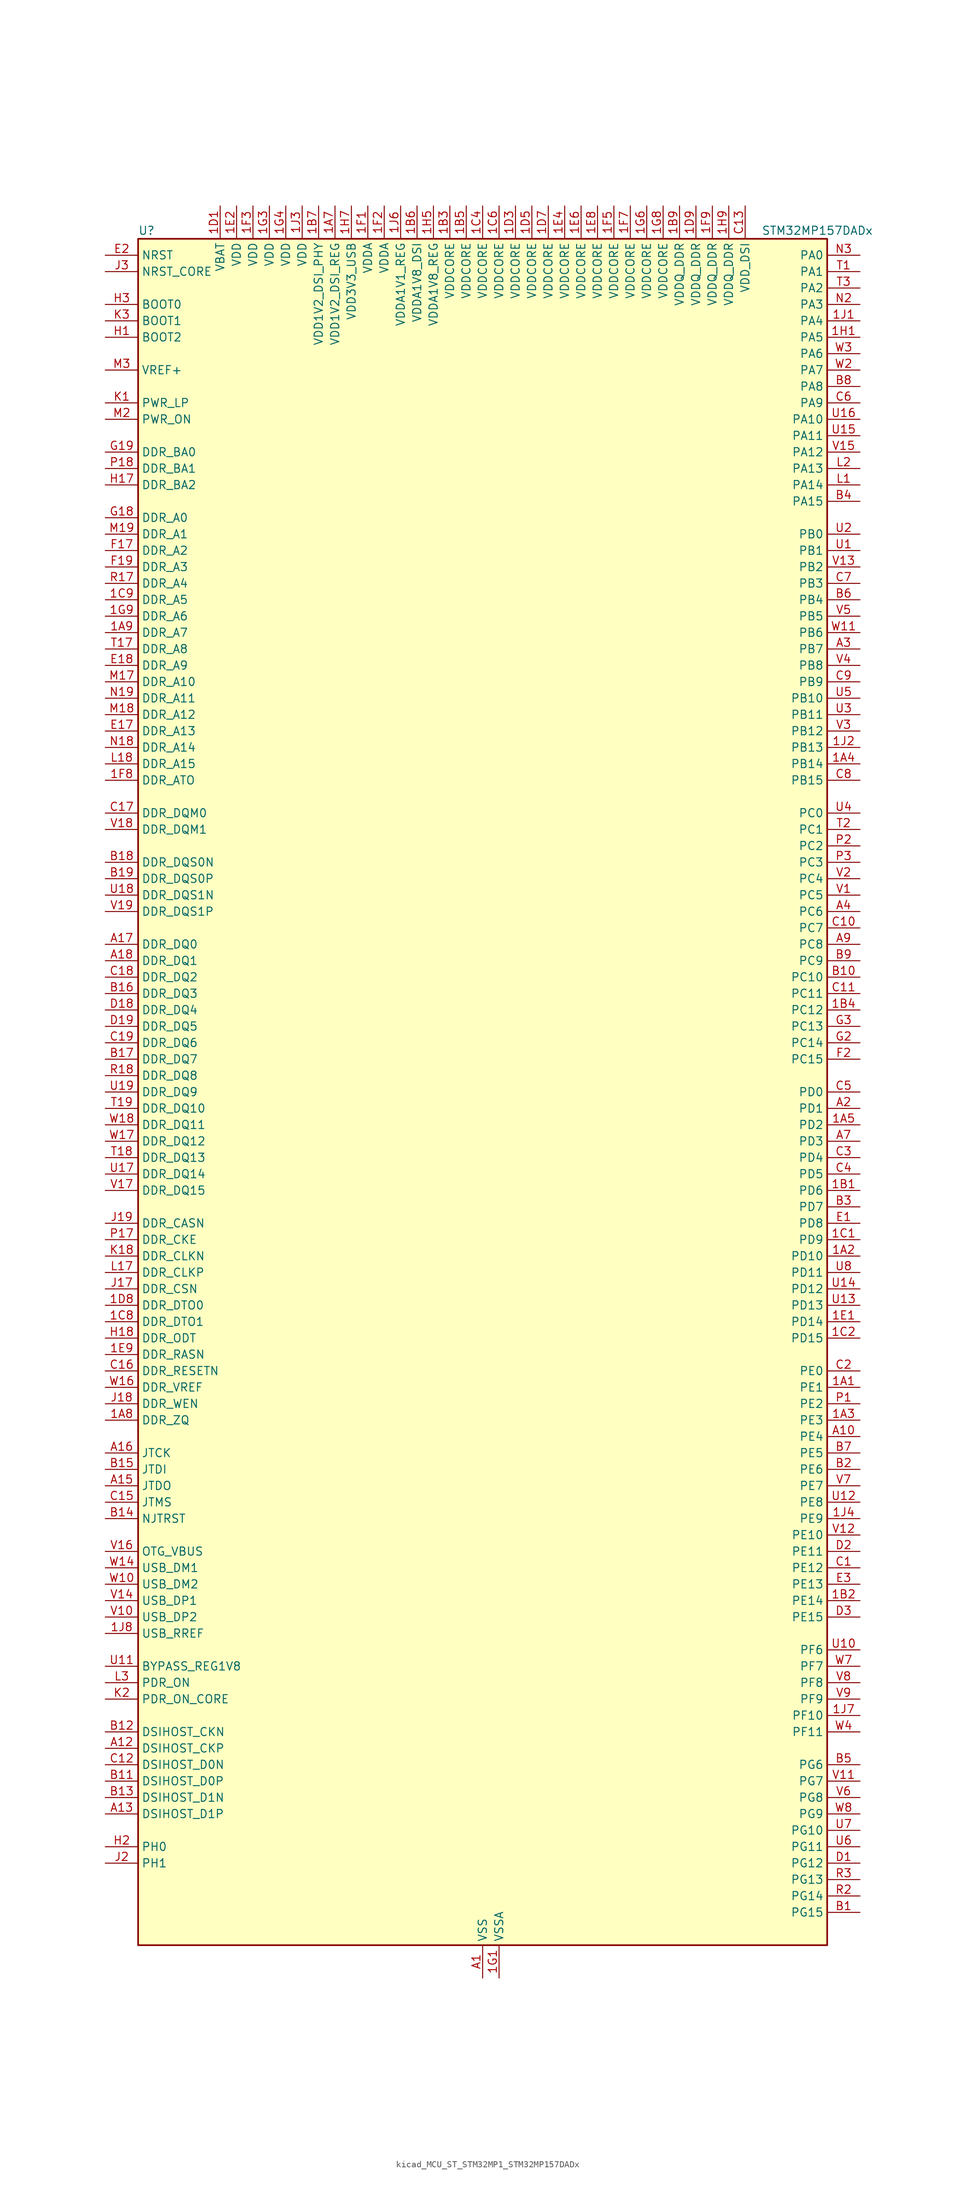
<source format=kicad_sym>
(kicad_symbol_lib
  (version 20220914)
  (generator kicad_symbol_editor)
  (symbol "kicad_MCU_ST_STM32MP1_STM32MP157DADx"
    (property "Reference" "U"
      (at -53.34 133.35 0)
      (effects (font (size 1.27 1.27)) (justify left)))
    (property "Value" "STM32MP157DADx"
      (at 43.18 133.35 0)
      (effects (font (size 1.27 1.27)) (justify left)))
    (property "ki_locked" ""
      (at 0 0 0)
      (effects (font (size 1.27 1.27))))
    (symbol "kicad_MCU_ST_STM32MP1_STM32MP157DADx_0_1"
      (rectangle (start -53.34 -132.08) (end 53.34 132.08) (stroke (width 0.254) (type default)) (fill (type background))))
    (symbol "kicad_MCU_ST_STM32MP1_STM32MP157DADx_1_1"
      (pin bidirectional line (at 58.42 -45.72 180) (length 5.08) (name "PE1" (effects (font (size 1.27 1.27)))) (number "1A1" (effects (font (size 1.27 1.27)))) (alternate "DCMI_D3" bidirectional line) (alternate "FMC_NBL1" bidirectional line) (alternate "I2S2_MCK" bidirectional line) (alternate "LPTIM1_IN2" bidirectional line) (alternate "SAI3_SD_B" bidirectional line) (alternate "UART8_TX" bidirectional line))
      (pin bidirectional line (at 58.42 -25.4 180) (length 5.08) (name "PD10" (effects (font (size 1.27 1.27)))) (number "1A2" (effects (font (size 1.27 1.27)))) (alternate "DFSDM1_CKOUT" bidirectional line) (alternate "FMC_D15" bidirectional line) (alternate "FMC_DA15" bidirectional line) (alternate "I2C5_SMBA" bidirectional line) (alternate "I2S3_SDI" bidirectional line) (alternate "LTDC_B3" bidirectional line) (alternate "RTC_REFIN" bidirectional line) (alternate "SAI3_FS_B" bidirectional line) (alternate "SPI3_MISO" bidirectional line) (alternate "TIM16_BKIN" bidirectional line) (alternate "USART3_CK" bidirectional line))
      (pin bidirectional line (at 58.42 -50.8 180) (length 5.08) (name "PE3" (effects (font (size 1.27 1.27)))) (number "1A3" (effects (font (size 1.27 1.27)))) (alternate "DEBUG_TRACED0" bidirectional line) (alternate "FMC_A19" bidirectional line) (alternate "SAI1_SD_B" bidirectional line) (alternate "SDMMC2_CK" bidirectional line) (alternate "TIM15_BKIN" bidirectional line))
      (pin bidirectional line (at 58.42 50.8 180) (length 5.08) (name "PB14" (effects (font (size 1.27 1.27)))) (number "1A4" (effects (font (size 1.27 1.27)))) (alternate "DFSDM1_DATIN2" bidirectional line) (alternate "I2S2_SDI" bidirectional line) (alternate "SDMMC2_D0" bidirectional line) (alternate "SPI2_MISO" bidirectional line) (alternate "TIM12_CH1" bidirectional line) (alternate "TIM1_CH2N" bidirectional line) (alternate "TIM8_CH2N" bidirectional line) (alternate "USART1_TX" bidirectional line) (alternate "USART3_DE" bidirectional line) (alternate "USART3_RTS" bidirectional line))
      (pin bidirectional line (at 58.42 -5.08 180) (length 5.08) (name "PD2" (effects (font (size 1.27 1.27)))) (number "1A5" (effects (font (size 1.27 1.27)))) (alternate "DCMI_D11" bidirectional line) (alternate "I2C5_SMBA" bidirectional line) (alternate "SDMMC1_CMD" bidirectional line) (alternate "TIM3_ETR" bidirectional line) (alternate "UART4_RX" bidirectional line) (alternate "UART5_RX" bidirectional line))
      (pin passive line (at 0 -137.16 90) (length 5.08) hide (name "VSS" (effects (font (size 1.27 1.27)))) (number "1A6" (effects (font (size 1.27 1.27)))))
      (pin power_in line (at -22.86 137.16 270) (length 5.08) (name "VDD1V2_DSI_REG" (effects (font (size 1.27 1.27)))) (number "1A7" (effects (font (size 1.27 1.27)))))
      (pin bidirectional line (at -58.42 -50.8 0) (length 5.08) (name "DDR_ZQ" (effects (font (size 1.27 1.27)))) (number "1A8" (effects (font (size 1.27 1.27)))) (alternate "DDR_ZQ" bidirectional line))
      (pin bidirectional line (at -58.42 71.12 0) (length 5.08) (name "DDR_A7" (effects (font (size 1.27 1.27)))) (number "1A9" (effects (font (size 1.27 1.27)))) (alternate "DDR_A7" bidirectional line))
      (pin bidirectional line (at 58.42 -15.24 180) (length 5.08) (name "PD6" (effects (font (size 1.27 1.27)))) (number "1B1" (effects (font (size 1.27 1.27)))) (alternate "DCMI_D10" bidirectional line) (alternate "DFSDM1_CKIN4" bidirectional line) (alternate "DFSDM1_DATIN1" bidirectional line) (alternate "FMC_NWAIT" bidirectional line) (alternate "I2S3_SDO" bidirectional line) (alternate "LTDC_B2" bidirectional line) (alternate "SAI1_D1" bidirectional line) (alternate "SAI1_SD_A" bidirectional line) (alternate "SPI3_MOSI" bidirectional line) (alternate "TIM16_CH1N" bidirectional line) (alternate "USART2_RX" bidirectional line))
      (pin bidirectional line (at 58.42 -78.74 180) (length 5.08) (name "PE14" (effects (font (size 1.27 1.27)))) (number "1B2" (effects (font (size 1.27 1.27)))) (alternate "FMC_D11" bidirectional line) (alternate "FMC_DA11" bidirectional line) (alternate "LTDC_CLK" bidirectional line) (alternate "LTDC_G0" bidirectional line) (alternate "SAI2_MCLK_B" bidirectional line) (alternate "SDMMC1_D123DIR" bidirectional line) (alternate "SPI4_MOSI" bidirectional line) (alternate "TIM1_CH4" bidirectional line) (alternate "UART8_DE" bidirectional line) (alternate "UART8_RTS" bidirectional line))
      (pin power_in line (at -5.08 137.16 270) (length 5.08) (name "VDDCORE" (effects (font (size 1.27 1.27)))) (number "1B3" (effects (font (size 1.27 1.27)))))
      (pin bidirectional line (at 58.42 12.7 180) (length 5.08) (name "PC12" (effects (font (size 1.27 1.27)))) (number "1B4" (effects (font (size 1.27 1.27)))) (alternate "DCMI_D9" bidirectional line) (alternate "DEBUG_TRACECLK" bidirectional line) (alternate "I2S3_SDO" bidirectional line) (alternate "RCC_MCO_2" bidirectional line) (alternate "SAI4_D3" bidirectional line) (alternate "SAI4_SD_B" bidirectional line) (alternate "SDMMC1_CK" bidirectional line) (alternate "SPI3_MOSI" bidirectional line) (alternate "UART5_TX" bidirectional line) (alternate "USART3_CK" bidirectional line))
      (pin power_in line (at -2.54 137.16 270) (length 5.08) (name "VDDCORE" (effects (font (size 1.27 1.27)))) (number "1B5" (effects (font (size 1.27 1.27)))))
      (pin power_in line (at -10.16 137.16 270) (length 5.08) (name "VDDA1V8_DSI" (effects (font (size 1.27 1.27)))) (number "1B6" (effects (font (size 1.27 1.27)))))
      (pin power_in line (at -25.4 137.16 270) (length 5.08) (name "VDD1V2_DSI_PHY" (effects (font (size 1.27 1.27)))) (number "1B7" (effects (font (size 1.27 1.27)))))
      (pin passive line (at 0 -137.16 90) (length 5.08) hide (name "VSS" (effects (font (size 1.27 1.27)))) (number "1B8" (effects (font (size 1.27 1.27)))))
      (pin power_in line (at 30.48 137.16 270) (length 5.08) (name "VDDQ_DDR" (effects (font (size 1.27 1.27)))) (number "1B9" (effects (font (size 1.27 1.27)))))
      (pin bidirectional line (at 58.42 -22.86 180) (length 5.08) (name "PD9" (effects (font (size 1.27 1.27)))) (number "1C1" (effects (font (size 1.27 1.27)))) (alternate "DAC1_EXTI9" bidirectional line) (alternate "DCMI_HSYNC" bidirectional line) (alternate "DFSDM1_DATIN3" bidirectional line) (alternate "FMC_D14" bidirectional line) (alternate "FMC_DA14" bidirectional line) (alternate "LTDC_B0" bidirectional line) (alternate "SAI3_SD_B" bidirectional line) (alternate "USART3_RX" bidirectional line))
      (pin bidirectional line (at 58.42 -38.1 180) (length 5.08) (name "PD15" (effects (font (size 1.27 1.27)))) (number "1C2" (effects (font (size 1.27 1.27)))) (alternate "ADC1_EXTI15" bidirectional line) (alternate "ADC2_EXTI15" bidirectional line) (alternate "FMC_D1" bidirectional line) (alternate "FMC_DA1" bidirectional line) (alternate "LTDC_R1" bidirectional line) (alternate "SAI3_MCLK_A" bidirectional line) (alternate "TIM4_CH4" bidirectional line) (alternate "UART8_CTS" bidirectional line))
      (pin passive line (at 0 -137.16 90) (length 5.08) hide (name "VSS" (effects (font (size 1.27 1.27)))) (number "1C3" (effects (font (size 1.27 1.27)))))
      (pin power_in line (at 0 137.16 270) (length 5.08) (name "VDDCORE" (effects (font (size 1.27 1.27)))) (number "1C4" (effects (font (size 1.27 1.27)))))
      (pin passive line (at 0 -137.16 90) (length 5.08) hide (name "VSS" (effects (font (size 1.27 1.27)))) (number "1C5" (effects (font (size 1.27 1.27)))))
      (pin power_in line (at 2.54 137.16 270) (length 5.08) (name "VDDCORE" (effects (font (size 1.27 1.27)))) (number "1C6" (effects (font (size 1.27 1.27)))))
      (pin passive line (at 0 -137.16 90) (length 5.08) hide (name "VSS" (effects (font (size 1.27 1.27)))) (number "1C7" (effects (font (size 1.27 1.27)))))
      (pin bidirectional line (at -58.42 -35.56 0) (length 5.08) (name "DDR_DTO1" (effects (font (size 1.27 1.27)))) (number "1C8" (effects (font (size 1.27 1.27)))) (alternate "DDR_DTO1" bidirectional line))
      (pin bidirectional line (at -58.42 76.2 0) (length 5.08) (name "DDR_A5" (effects (font (size 1.27 1.27)))) (number "1C9" (effects (font (size 1.27 1.27)))) (alternate "DDR_A5" bidirectional line))
      (pin power_in line (at -40.64 137.16 270) (length 5.08) (name "VBAT" (effects (font (size 1.27 1.27)))) (number "1D1" (effects (font (size 1.27 1.27)))))
      (pin passive line (at 0 -137.16 90) (length 5.08) hide (name "VSS" (effects (font (size 1.27 1.27)))) (number "1D2" (effects (font (size 1.27 1.27)))))
      (pin power_in line (at 5.08 137.16 270) (length 5.08) (name "VDDCORE" (effects (font (size 1.27 1.27)))) (number "1D3" (effects (font (size 1.27 1.27)))))
      (pin passive line (at 0 -137.16 90) (length 5.08) hide (name "VSS" (effects (font (size 1.27 1.27)))) (number "1D4" (effects (font (size 1.27 1.27)))))
      (pin power_in line (at 7.62 137.16 270) (length 5.08) (name "VDDCORE" (effects (font (size 1.27 1.27)))) (number "1D5" (effects (font (size 1.27 1.27)))))
      (pin passive line (at 0 -137.16 90) (length 5.08) hide (name "VSS" (effects (font (size 1.27 1.27)))) (number "1D6" (effects (font (size 1.27 1.27)))))
      (pin power_in line (at 10.16 137.16 270) (length 5.08) (name "VDDCORE" (effects (font (size 1.27 1.27)))) (number "1D7" (effects (font (size 1.27 1.27)))))
      (pin bidirectional line (at -58.42 -33.02 0) (length 5.08) (name "DDR_DTO0" (effects (font (size 1.27 1.27)))) (number "1D8" (effects (font (size 1.27 1.27)))) (alternate "DDR_DTO0" bidirectional line))
      (pin power_in line (at 33.02 137.16 270) (length 5.08) (name "VDDQ_DDR" (effects (font (size 1.27 1.27)))) (number "1D9" (effects (font (size 1.27 1.27)))))
      (pin bidirectional line (at 58.42 -35.56 180) (length 5.08) (name "PD14" (effects (font (size 1.27 1.27)))) (number "1E1" (effects (font (size 1.27 1.27)))) (alternate "FMC_D0" bidirectional line) (alternate "FMC_DA0" bidirectional line) (alternate "SAI3_MCLK_B" bidirectional line) (alternate "TIM4_CH3" bidirectional line) (alternate "UART8_CTS" bidirectional line))
      (pin power_in line (at -38.1 137.16 270) (length 5.08) (name "VDD" (effects (font (size 1.27 1.27)))) (number "1E2" (effects (font (size 1.27 1.27)))))
      (pin passive line (at 0 -137.16 90) (length 5.08) hide (name "VSS" (effects (font (size 1.27 1.27)))) (number "1E3" (effects (font (size 1.27 1.27)))))
      (pin power_in line (at 12.7 137.16 270) (length 5.08) (name "VDDCORE" (effects (font (size 1.27 1.27)))) (number "1E4" (effects (font (size 1.27 1.27)))))
      (pin passive line (at 0 -137.16 90) (length 5.08) hide (name "VSS" (effects (font (size 1.27 1.27)))) (number "1E5" (effects (font (size 1.27 1.27)))))
      (pin power_in line (at 15.24 137.16 270) (length 5.08) (name "VDDCORE" (effects (font (size 1.27 1.27)))) (number "1E6" (effects (font (size 1.27 1.27)))))
      (pin passive line (at 0 -137.16 90) (length 5.08) hide (name "VSS" (effects (font (size 1.27 1.27)))) (number "1E7" (effects (font (size 1.27 1.27)))))
      (pin power_in line (at 17.78 137.16 270) (length 5.08) (name "VDDCORE" (effects (font (size 1.27 1.27)))) (number "1E8" (effects (font (size 1.27 1.27)))))
      (pin bidirectional line (at -58.42 -40.64 0) (length 5.08) (name "DDR_RASN" (effects (font (size 1.27 1.27)))) (number "1E9" (effects (font (size 1.27 1.27)))) (alternate "DDR_RASN" bidirectional line))
      (pin power_in line (at -17.78 137.16 270) (length 5.08) (name "VDDA" (effects (font (size 1.27 1.27)))) (number "1F1" (effects (font (size 1.27 1.27)))))
      (pin power_in line (at -15.24 137.16 270) (length 5.08) (name "VDDA" (effects (font (size 1.27 1.27)))) (number "1F2" (effects (font (size 1.27 1.27)))))
      (pin power_in line (at -35.56 137.16 270) (length 5.08) (name "VDD" (effects (font (size 1.27 1.27)))) (number "1F3" (effects (font (size 1.27 1.27)))))
      (pin passive line (at 0 -137.16 90) (length 5.08) hide (name "VSS" (effects (font (size 1.27 1.27)))) (number "1F4" (effects (font (size 1.27 1.27)))))
      (pin power_in line (at 20.32 137.16 270) (length 5.08) (name "VDDCORE" (effects (font (size 1.27 1.27)))) (number "1F5" (effects (font (size 1.27 1.27)))))
      (pin passive line (at 0 -137.16 90) (length 5.08) hide (name "VSS" (effects (font (size 1.27 1.27)))) (number "1F6" (effects (font (size 1.27 1.27)))))
      (pin power_in line (at 22.86 137.16 270) (length 5.08) (name "VDDCORE" (effects (font (size 1.27 1.27)))) (number "1F7" (effects (font (size 1.27 1.27)))))
      (pin bidirectional line (at -58.42 48.26 0) (length 5.08) (name "DDR_ATO" (effects (font (size 1.27 1.27)))) (number "1F8" (effects (font (size 1.27 1.27)))) (alternate "DDR_ATO" bidirectional line))
      (pin power_in line (at 35.56 137.16 270) (length 5.08) (name "VDDQ_DDR" (effects (font (size 1.27 1.27)))) (number "1F9" (effects (font (size 1.27 1.27)))))
      (pin power_in line (at 2.54 -137.16 90) (length 5.08) (name "VSSA" (effects (font (size 1.27 1.27)))) (number "1G1" (effects (font (size 1.27 1.27)))))
      (pin passive line (at 0 -137.16 90) (length 5.08) hide (name "VSS" (effects (font (size 1.27 1.27)))) (number "1G2" (effects (font (size 1.27 1.27)))))
      (pin power_in line (at -33.02 137.16 270) (length 5.08) (name "VDD" (effects (font (size 1.27 1.27)))) (number "1G3" (effects (font (size 1.27 1.27)))))
      (pin power_in line (at -30.48 137.16 270) (length 5.08) (name "VDD" (effects (font (size 1.27 1.27)))) (number "1G4" (effects (font (size 1.27 1.27)))))
      (pin passive line (at 0 -137.16 90) (length 5.08) hide (name "VSS" (effects (font (size 1.27 1.27)))) (number "1G5" (effects (font (size 1.27 1.27)))))
      (pin power_in line (at 25.4 137.16 270) (length 5.08) (name "VDDCORE" (effects (font (size 1.27 1.27)))) (number "1G6" (effects (font (size 1.27 1.27)))))
      (pin passive line (at 0 -137.16 90) (length 5.08) hide (name "VSS" (effects (font (size 1.27 1.27)))) (number "1G7" (effects (font (size 1.27 1.27)))))
      (pin power_in line (at 27.94 137.16 270) (length 5.08) (name "VDDCORE" (effects (font (size 1.27 1.27)))) (number "1G8" (effects (font (size 1.27 1.27)))))
      (pin bidirectional line (at -58.42 73.66 0) (length 5.08) (name "DDR_A6" (effects (font (size 1.27 1.27)))) (number "1G9" (effects (font (size 1.27 1.27)))) (alternate "DDR_A6" bidirectional line))
      (pin bidirectional line (at 58.42 116.84 180) (length 5.08) (name "PA5" (effects (font (size 1.27 1.27)))) (number "1H1" (effects (font (size 1.27 1.27)))) (alternate "ADC1_INN18" bidirectional line) (alternate "ADC1_INP19" bidirectional line) (alternate "ADC2_INN18" bidirectional line) (alternate "ADC2_INP19" bidirectional line) (alternate "DAC1_OUT2" bidirectional line) (alternate "I2S1_CK" bidirectional line) (alternate "LTDC_R4" bidirectional line) (alternate "SAI4_CK1" bidirectional line) (alternate "SAI4_MCLK_A" bidirectional line) (alternate "SPI1_SCK" bidirectional line) (alternate "SPI6_SCK" bidirectional line) (alternate "TIM2_CH1" bidirectional line) (alternate "TIM2_ETR" bidirectional line) (alternate "TIM8_CH1N" bidirectional line))
      (pin passive line (at 0 -137.16 90) (length 5.08) hide (name "VSS" (effects (font (size 1.27 1.27)))) (number "1H2" (effects (font (size 1.27 1.27)))))
      (pin passive line (at 0 -137.16 90) (length 5.08) hide (name "VSS" (effects (font (size 1.27 1.27)))) (number "1H3" (effects (font (size 1.27 1.27)))))
      (pin passive line (at 0 -137.16 90) (length 5.08) hide (name "VSS" (effects (font (size 1.27 1.27)))) (number "1H4" (effects (font (size 1.27 1.27)))))
      (pin power_in line (at -7.62 137.16 270) (length 5.08) (name "VDDA1V8_REG" (effects (font (size 1.27 1.27)))) (number "1H5" (effects (font (size 1.27 1.27)))))
      (pin passive line (at 0 -137.16 90) (length 5.08) hide (name "VSS" (effects (font (size 1.27 1.27)))) (number "1H6" (effects (font (size 1.27 1.27)))))
      (pin power_in line (at -20.32 137.16 270) (length 5.08) (name "VDD3V3_USB" (effects (font (size 1.27 1.27)))) (number "1H7" (effects (font (size 1.27 1.27)))))
      (pin passive line (at 0 -137.16 90) (length 5.08) hide (name "VSS" (effects (font (size 1.27 1.27)))) (number "1H8" (effects (font (size 1.27 1.27)))))
      (pin power_in line (at 38.1 137.16 270) (length 5.08) (name "VDDQ_DDR" (effects (font (size 1.27 1.27)))) (number "1H9" (effects (font (size 1.27 1.27)))))
      (pin bidirectional line (at 58.42 119.38 180) (length 5.08) (name "PA4" (effects (font (size 1.27 1.27)))) (number "1J1" (effects (font (size 1.27 1.27)))) (alternate "ADC1_INP18" bidirectional line) (alternate "ADC2_INP18" bidirectional line) (alternate "DAC1_OUT1" bidirectional line) (alternate "DCMI_HSYNC" bidirectional line) (alternate "HDP_HDP0" bidirectional line) (alternate "I2S1_WS" bidirectional line) (alternate "I2S3_WS" bidirectional line) (alternate "LTDC_VSYNC" bidirectional line) (alternate "SAI4_D2" bidirectional line) (alternate "SAI4_FS_A" bidirectional line) (alternate "SPI1_NSS" bidirectional line) (alternate "SPI3_NSS" bidirectional line) (alternate "SPI6_NSS" bidirectional line) (alternate "TIM5_ETR" bidirectional line) (alternate "USART2_CK" bidirectional line))
      (pin bidirectional line (at 58.42 53.34 180) (length 5.08) (name "PB13" (effects (font (size 1.27 1.27)))) (number "1J2" (effects (font (size 1.27 1.27)))) (alternate "DFSDM1_CKIN1" bidirectional line) (alternate "DFSDM1_CKOUT" bidirectional line) (alternate "ETH1_TXD1" bidirectional line) (alternate "FDCAN2_TX" bidirectional line) (alternate "I2S2_CK" bidirectional line) (alternate "LPTIM2_OUT" bidirectional line) (alternate "SPI2_SCK" bidirectional line) (alternate "TIM1_CH1N" bidirectional line) (alternate "UART5_TX" bidirectional line) (alternate "USART3_CTS" bidirectional line) (alternate "USART3_NSS" bidirectional line))
      (pin power_in line (at -27.94 137.16 270) (length 5.08) (name "VDD" (effects (font (size 1.27 1.27)))) (number "1J3" (effects (font (size 1.27 1.27)))))
      (pin bidirectional line (at 58.42 -66.04 180) (length 5.08) (name "PE9" (effects (font (size 1.27 1.27)))) (number "1J4" (effects (font (size 1.27 1.27)))) (alternate "DAC1_EXTI9" bidirectional line) (alternate "DFSDM1_CKOUT" bidirectional line) (alternate "FMC_D6" bidirectional line) (alternate "FMC_DA6" bidirectional line) (alternate "QUADSPI_BK2_IO2" bidirectional line) (alternate "TIM1_CH1" bidirectional line) (alternate "UART7_DE" bidirectional line) (alternate "UART7_RTS" bidirectional line))
      (pin passive line (at 0 -137.16 90) (length 5.08) hide (name "VSS" (effects (font (size 1.27 1.27)))) (number "1J5" (effects (font (size 1.27 1.27)))))
      (pin power_in line (at -12.7 137.16 270) (length 5.08) (name "VDDA1V1_REG" (effects (font (size 1.27 1.27)))) (number "1J6" (effects (font (size 1.27 1.27)))))
      (pin bidirectional line (at 58.42 -96.52 180) (length 5.08) (name "PF10" (effects (font (size 1.27 1.27)))) (number "1J7" (effects (font (size 1.27 1.27)))) (alternate "DCMI_D11" bidirectional line) (alternate "LTDC_DE" bidirectional line) (alternate "QUADSPI_CLK" bidirectional line) (alternate "SAI1_D3" bidirectional line) (alternate "SAI1_D4" bidirectional line) (alternate "SAI4_D3" bidirectional line) (alternate "SAI4_D4" bidirectional line) (alternate "TIM16_BKIN" bidirectional line))
      (pin bidirectional line (at -58.42 -83.82 0) (length 5.08) (name "USB_RREF" (effects (font (size 1.27 1.27)))) (number "1J8" (effects (font (size 1.27 1.27)))))
      (pin passive line (at 0 -137.16 90) (length 5.08) hide (name "VSS" (effects (font (size 1.27 1.27)))) (number "1J9" (effects (font (size 1.27 1.27)))))
      (pin power_in line (at 0 -137.16 90) (length 5.08) (name "VSS" (effects (font (size 1.27 1.27)))) (number "A1" (effects (font (size 1.27 1.27)))))
      (pin bidirectional line (at 58.42 -53.34 180) (length 5.08) (name "PE4" (effects (font (size 1.27 1.27)))) (number "A10" (effects (font (size 1.27 1.27)))) (alternate "DCMI_D4" bidirectional line) (alternate "DEBUG_TRACED1" bidirectional line) (alternate "DFSDM1_DATIN3" bidirectional line) (alternate "FMC_A20" bidirectional line) (alternate "LTDC_B0" bidirectional line) (alternate "SAI1_D2" bidirectional line) (alternate "SAI1_FS_A" bidirectional line) (alternate "SDMMC1_CKIN" bidirectional line) (alternate "SDMMC1_D4" bidirectional line) (alternate "SDMMC2_CKIN" bidirectional line) (alternate "SDMMC2_D4" bidirectional line) (alternate "SPI4_NSS" bidirectional line) (alternate "TIM15_CH1N" bidirectional line))
      (pin bidirectional line (at -58.42 -101.6 0) (length 5.08) (name "DSIHOST_CKP" (effects (font (size 1.27 1.27)))) (number "A12" (effects (font (size 1.27 1.27)))) (alternate "DSIHOST_CKP" bidirectional line))
      (pin bidirectional line (at -58.42 -111.76 0) (length 5.08) (name "DSIHOST_D1P" (effects (font (size 1.27 1.27)))) (number "A13" (effects (font (size 1.27 1.27)))) (alternate "DSIHOST_D1P" bidirectional line))
      (pin bidirectional line (at -58.42 -60.96 0) (length 5.08) (name "JTDO" (effects (font (size 1.27 1.27)))) (number "A15" (effects (font (size 1.27 1.27)))) (alternate "DEBUG_JTDO-SWO" bidirectional line))
      (pin bidirectional line (at -58.42 -55.88 0) (length 5.08) (name "JTCK" (effects (font (size 1.27 1.27)))) (number "A16" (effects (font (size 1.27 1.27)))) (alternate "DEBUG_JTCK-SWCLK" bidirectional line))
      (pin bidirectional line (at -58.42 22.86 0) (length 5.08) (name "DDR_DQ0" (effects (font (size 1.27 1.27)))) (number "A17" (effects (font (size 1.27 1.27)))) (alternate "DDR_DQ0" bidirectional line))
      (pin bidirectional line (at -58.42 20.32 0) (length 5.08) (name "DDR_DQ1" (effects (font (size 1.27 1.27)))) (number "A18" (effects (font (size 1.27 1.27)))) (alternate "DDR_DQ1" bidirectional line))
      (pin passive line (at 0 -137.16 90) (length 5.08) hide (name "VSS" (effects (font (size 1.27 1.27)))) (number "A19" (effects (font (size 1.27 1.27)))))
      (pin bidirectional line (at 58.42 -2.54 180) (length 5.08) (name "PD1" (effects (font (size 1.27 1.27)))) (number "A2" (effects (font (size 1.27 1.27)))) (alternate "DFSDM1_CKIN7" bidirectional line) (alternate "DFSDM1_DATIN6" bidirectional line) (alternate "FDCAN1_TX" bidirectional line) (alternate "FMC_D3" bidirectional line) (alternate "FMC_DA3" bidirectional line) (alternate "I2C5_SCL" bidirectional line) (alternate "I2C6_SCL" bidirectional line) (alternate "SAI3_SD_A" bidirectional line) (alternate "SDMMC3_D0" bidirectional line) (alternate "UART4_TX" bidirectional line))
      (pin bidirectional line (at 58.42 68.58 180) (length 5.08) (name "PB7" (effects (font (size 1.27 1.27)))) (number "A3" (effects (font (size 1.27 1.27)))) (alternate "DCMI_VSYNC" bidirectional line) (alternate "DFSDM1_CKIN5" bidirectional line) (alternate "FMC_NL" bidirectional line) (alternate "I2C1_SDA" bidirectional line) (alternate "I2C4_SDA" bidirectional line) (alternate "SDMMC2_D1" bidirectional line) (alternate "TIM17_CH1N" bidirectional line) (alternate "TIM4_CH2" bidirectional line) (alternate "USART1_RX" bidirectional line))
      (pin bidirectional line (at 58.42 27.94 180) (length 5.08) (name "PC6" (effects (font (size 1.27 1.27)))) (number "A4" (effects (font (size 1.27 1.27)))) (alternate "DCMI_D0" bidirectional line) (alternate "DFSDM1_CKIN3" bidirectional line) (alternate "DSIHOST_TE" bidirectional line) (alternate "HDP_HDP1" bidirectional line) (alternate "I2S2_MCK" bidirectional line) (alternate "LTDC_HSYNC" bidirectional line) (alternate "SDMMC1_D0DIR" bidirectional line) (alternate "SDMMC1_D6" bidirectional line) (alternate "SDMMC2_D0DIR" bidirectional line) (alternate "SDMMC2_D6" bidirectional line) (alternate "TIM3_CH1" bidirectional line) (alternate "TIM8_CH1" bidirectional line) (alternate "USART6_TX" bidirectional line))
      (pin passive line (at 0 -137.16 90) (length 5.08) hide (name "VSS" (effects (font (size 1.27 1.27)))) (number "A6" (effects (font (size 1.27 1.27)))))
      (pin bidirectional line (at 58.42 -7.62 180) (length 5.08) (name "PD3" (effects (font (size 1.27 1.27)))) (number "A7" (effects (font (size 1.27 1.27)))) (alternate "DCMI_D5" bidirectional line) (alternate "DFSDM1_CKOUT" bidirectional line) (alternate "DFSDM1_DATIN0" bidirectional line) (alternate "FMC_CLK" bidirectional line) (alternate "HDP_HDP5" bidirectional line) (alternate "I2S2_CK" bidirectional line) (alternate "LTDC_G7" bidirectional line) (alternate "SDMMC1_D123DIR" bidirectional line) (alternate "SDMMC1_D7" bidirectional line) (alternate "SDMMC2_D123DIR" bidirectional line) (alternate "SDMMC2_D7" bidirectional line) (alternate "SPI2_SCK" bidirectional line) (alternate "USART2_CTS" bidirectional line) (alternate "USART2_NSS" bidirectional line))
      (pin bidirectional line (at 58.42 22.86 180) (length 5.08) (name "PC8" (effects (font (size 1.27 1.27)))) (number "A9" (effects (font (size 1.27 1.27)))) (alternate "DCMI_D2" bidirectional line) (alternate "DEBUG_TRACED0" bidirectional line) (alternate "SDMMC1_D0" bidirectional line) (alternate "TIM3_CH3" bidirectional line) (alternate "TIM8_CH3" bidirectional line) (alternate "UART4_TX" bidirectional line) (alternate "UART5_DE" bidirectional line) (alternate "UART5_RTS" bidirectional line) (alternate "USART6_CK" bidirectional line))
      (pin bidirectional line (at 58.42 -127 180) (length 5.08) (name "PG15" (effects (font (size 1.27 1.27)))) (number "B1" (effects (font (size 1.27 1.27)))) (alternate "ADC1_EXTI15" bidirectional line) (alternate "ADC2_EXTI15" bidirectional line) (alternate "DCMI_D13" bidirectional line) (alternate "DEBUG_TRACED7" bidirectional line) (alternate "I2C2_SDA" bidirectional line) (alternate "SAI1_D2" bidirectional line) (alternate "SAI1_FS_A" bidirectional line) (alternate "SDMMC3_CK" bidirectional line) (alternate "USART6_CTS" bidirectional line) (alternate "USART6_NSS" bidirectional line))
      (pin bidirectional line (at 58.42 17.78 180) (length 5.08) (name "PC10" (effects (font (size 1.27 1.27)))) (number "B10" (effects (font (size 1.27 1.27)))) (alternate "DCMI_D8" bidirectional line) (alternate "DEBUG_TRACED2" bidirectional line) (alternate "DFSDM1_CKIN5" bidirectional line) (alternate "I2S3_CK" bidirectional line) (alternate "LTDC_R2" bidirectional line) (alternate "QUADSPI_BK1_IO1" bidirectional line) (alternate "SAI4_MCLK_B" bidirectional line) (alternate "SDMMC1_D2" bidirectional line) (alternate "SPI3_SCK" bidirectional line) (alternate "UART4_TX" bidirectional line) (alternate "USART3_TX" bidirectional line))
      (pin bidirectional line (at -58.42 -106.68 0) (length 5.08) (name "DSIHOST_D0P" (effects (font (size 1.27 1.27)))) (number "B11" (effects (font (size 1.27 1.27)))) (alternate "DSIHOST_D0P" bidirectional line))
      (pin bidirectional line (at -58.42 -99.06 0) (length 5.08) (name "DSIHOST_CKN" (effects (font (size 1.27 1.27)))) (number "B12" (effects (font (size 1.27 1.27)))) (alternate "DSIHOST_CKN" bidirectional line))
      (pin bidirectional line (at -58.42 -109.22 0) (length 5.08) (name "DSIHOST_D1N" (effects (font (size 1.27 1.27)))) (number "B13" (effects (font (size 1.27 1.27)))) (alternate "DSIHOST_D1N" bidirectional line))
      (pin bidirectional line (at -58.42 -66.04 0) (length 5.08) (name "NJTRST" (effects (font (size 1.27 1.27)))) (number "B14" (effects (font (size 1.27 1.27)))) (alternate "DEBUG_JTRST" bidirectional line))
      (pin bidirectional line (at -58.42 -58.42 0) (length 5.08) (name "JTDI" (effects (font (size 1.27 1.27)))) (number "B15" (effects (font (size 1.27 1.27)))) (alternate "DEBUG_JTDI" bidirectional line))
      (pin bidirectional line (at -58.42 15.24 0) (length 5.08) (name "DDR_DQ3" (effects (font (size 1.27 1.27)))) (number "B16" (effects (font (size 1.27 1.27)))) (alternate "DDR_DQ3" bidirectional line))
      (pin bidirectional line (at -58.42 5.08 0) (length 5.08) (name "DDR_DQ7" (effects (font (size 1.27 1.27)))) (number "B17" (effects (font (size 1.27 1.27)))) (alternate "DDR_DQ7" bidirectional line))
      (pin bidirectional line (at -58.42 35.56 0) (length 5.08) (name "DDR_DQS0N" (effects (font (size 1.27 1.27)))) (number "B18" (effects (font (size 1.27 1.27)))) (alternate "DDR_DQS0N" bidirectional line))
      (pin bidirectional line (at -58.42 33.02 0) (length 5.08) (name "DDR_DQS0P" (effects (font (size 1.27 1.27)))) (number "B19" (effects (font (size 1.27 1.27)))) (alternate "DDR_DQS0P" bidirectional line))
      (pin bidirectional line (at 58.42 -58.42 180) (length 5.08) (name "PE6" (effects (font (size 1.27 1.27)))) (number "B2" (effects (font (size 1.27 1.27)))) (alternate "DCMI_D7" bidirectional line) (alternate "DEBUG_TRACED2" bidirectional line) (alternate "FMC_A22" bidirectional line) (alternate "LTDC_G1" bidirectional line) (alternate "SAI1_D1" bidirectional line) (alternate "SAI1_SD_A" bidirectional line) (alternate "SAI2_MCLK_B" bidirectional line) (alternate "SDMMC1_D2" bidirectional line) (alternate "SDMMC2_D0" bidirectional line) (alternate "SPI4_MOSI" bidirectional line) (alternate "TIM15_CH2" bidirectional line) (alternate "TIM1_BKIN2" bidirectional line))
      (pin bidirectional line (at 58.42 -17.78 180) (length 5.08) (name "PD7" (effects (font (size 1.27 1.27)))) (number "B3" (effects (font (size 1.27 1.27)))) (alternate "DEBUG_TRACED6" bidirectional line) (alternate "DFSDM1_CKIN1" bidirectional line) (alternate "DFSDM1_DATIN4" bidirectional line) (alternate "FMC_NE1" bidirectional line) (alternate "I2C2_SCL" bidirectional line) (alternate "SDMMC3_D3" bidirectional line) (alternate "SPDIFRX_IN0" bidirectional line) (alternate "USART2_CK" bidirectional line))
      (pin bidirectional line (at 58.42 91.44 180) (length 5.08) (name "PA15" (effects (font (size 1.27 1.27)))) (number "B4" (effects (font (size 1.27 1.27)))) (alternate "ADC1_EXTI15" bidirectional line) (alternate "ADC2_EXTI15" bidirectional line) (alternate "CEC" bidirectional line) (alternate "DEBUG_DBTRGI" bidirectional line) (alternate "I2S1_WS" bidirectional line) (alternate "I2S3_WS" bidirectional line) (alternate "LTDC_R1" bidirectional line) (alternate "SAI4_D2" bidirectional line) (alternate "SAI4_FS_A" bidirectional line) (alternate "SDMMC1_CDIR" bidirectional line) (alternate "SDMMC1_D5" bidirectional line) (alternate "SDMMC2_CDIR" bidirectional line) (alternate "SDMMC2_D5" bidirectional line) (alternate "SPI1_NSS" bidirectional line) (alternate "SPI3_NSS" bidirectional line) (alternate "SPI6_NSS" bidirectional line) (alternate "TIM2_CH1" bidirectional line) (alternate "TIM2_ETR" bidirectional line) (alternate "UART4_DE" bidirectional line) (alternate "UART4_RTS" bidirectional line) (alternate "UART7_TX" bidirectional line))
      (pin bidirectional line (at 58.42 -104.14 180) (length 5.08) (name "PG6" (effects (font (size 1.27 1.27)))) (number "B5" (effects (font (size 1.27 1.27)))) (alternate "DCMI_D12" bidirectional line) (alternate "DEBUG_TRACED14" bidirectional line) (alternate "LTDC_R7" bidirectional line) (alternate "SDMMC2_CMD" bidirectional line) (alternate "TIM17_BKIN" bidirectional line))
      (pin bidirectional line (at 58.42 76.2 180) (length 5.08) (name "PB4" (effects (font (size 1.27 1.27)))) (number "B6" (effects (font (size 1.27 1.27)))) (alternate "DEBUG_TRACED8" bidirectional line) (alternate "I2S1_SDI" bidirectional line) (alternate "I2S2_WS" bidirectional line) (alternate "I2S3_SDI" bidirectional line) (alternate "SAI4_CK2" bidirectional line) (alternate "SAI4_SCK_A" bidirectional line) (alternate "SDMMC2_D3" bidirectional line) (alternate "SPI1_MISO" bidirectional line) (alternate "SPI2_NSS" bidirectional line) (alternate "SPI3_MISO" bidirectional line) (alternate "SPI6_MISO" bidirectional line) (alternate "TIM16_BKIN" bidirectional line) (alternate "TIM3_CH1" bidirectional line) (alternate "UART7_TX" bidirectional line))
      (pin bidirectional line (at 58.42 -55.88 180) (length 5.08) (name "PE5" (effects (font (size 1.27 1.27)))) (number "B7" (effects (font (size 1.27 1.27)))) (alternate "DCMI_D6" bidirectional line) (alternate "DEBUG_TRACED3" bidirectional line) (alternate "DFSDM1_CKIN3" bidirectional line) (alternate "FMC_A21" bidirectional line) (alternate "LTDC_G0" bidirectional line) (alternate "SAI1_CK2" bidirectional line) (alternate "SAI1_SCK_A" bidirectional line) (alternate "SDMMC1_D0DIR" bidirectional line) (alternate "SDMMC1_D6" bidirectional line) (alternate "SDMMC2_D0DIR" bidirectional line) (alternate "SDMMC2_D6" bidirectional line) (alternate "SPI4_MISO" bidirectional line) (alternate "TIM15_CH1" bidirectional line))
      (pin bidirectional line (at 58.42 109.22 180) (length 5.08) (name "PA8" (effects (font (size 1.27 1.27)))) (number "B8" (effects (font (size 1.27 1.27)))) (alternate "I2C3_SCL" bidirectional line) (alternate "I2S3_SDO" bidirectional line) (alternate "LTDC_R6" bidirectional line) (alternate "RCC_MCO_1" bidirectional line) (alternate "SAI4_SD_B" bidirectional line) (alternate "SDMMC2_CKIN" bidirectional line) (alternate "SDMMC2_D4" bidirectional line) (alternate "SPI3_MOSI" bidirectional line) (alternate "TIM1_CH1" bidirectional line) (alternate "TIM8_BKIN2" bidirectional line) (alternate "UART7_RX" bidirectional line) (alternate "USART1_CK" bidirectional line) (alternate "USB_OTG_HS_SOF" bidirectional line))
      (pin bidirectional line (at 58.42 20.32 180) (length 5.08) (name "PC9" (effects (font (size 1.27 1.27)))) (number "B9" (effects (font (size 1.27 1.27)))) (alternate "DAC1_EXTI9" bidirectional line) (alternate "DCMI_D3" bidirectional line) (alternate "DEBUG_TRACED1" bidirectional line) (alternate "I2C3_SDA" bidirectional line) (alternate "I2S_CKIN" bidirectional line) (alternate "LTDC_B2" bidirectional line) (alternate "QUADSPI_BK1_IO0" bidirectional line) (alternate "SDMMC1_D1" bidirectional line) (alternate "TIM3_CH4" bidirectional line) (alternate "TIM8_CH4" bidirectional line) (alternate "UART5_CTS" bidirectional line))
      (pin bidirectional line (at 58.42 -73.66 180) (length 5.08) (name "PE12" (effects (font (size 1.27 1.27)))) (number "C1" (effects (font (size 1.27 1.27)))) (alternate "DFSDM1_DATIN5" bidirectional line) (alternate "FMC_D9" bidirectional line) (alternate "FMC_DA9" bidirectional line) (alternate "LTDC_B4" bidirectional line) (alternate "SAI2_SCK_B" bidirectional line) (alternate "SDMMC1_D0DIR" bidirectional line) (alternate "SPI4_SCK" bidirectional line) (alternate "TIM1_CH3N" bidirectional line))
      (pin bidirectional line (at 58.42 25.4 180) (length 5.08) (name "PC7" (effects (font (size 1.27 1.27)))) (number "C10" (effects (font (size 1.27 1.27)))) (alternate "DCMI_D1" bidirectional line) (alternate "DFSDM1_DATIN3" bidirectional line) (alternate "HDP_HDP4" bidirectional line) (alternate "I2S3_MCK" bidirectional line) (alternate "LTDC_G6" bidirectional line) (alternate "SDMMC1_D123DIR" bidirectional line) (alternate "SDMMC1_D7" bidirectional line) (alternate "SDMMC2_D123DIR" bidirectional line) (alternate "SDMMC2_D7" bidirectional line) (alternate "TIM3_CH2" bidirectional line) (alternate "TIM8_CH2" bidirectional line) (alternate "USART6_RX" bidirectional line))
      (pin bidirectional line (at 58.42 15.24 180) (length 5.08) (name "PC11" (effects (font (size 1.27 1.27)))) (number "C11" (effects (font (size 1.27 1.27)))) (alternate "ADC1_EXTI11" bidirectional line) (alternate "ADC2_EXTI11" bidirectional line) (alternate "DCMI_D4" bidirectional line) (alternate "DEBUG_TRACED3" bidirectional line) (alternate "DFSDM1_DATIN5" bidirectional line) (alternate "I2S3_SDI" bidirectional line) (alternate "QUADSPI_BK2_NCS" bidirectional line) (alternate "SAI4_SCK_B" bidirectional line) (alternate "SDMMC1_D3" bidirectional line) (alternate "SPI3_MISO" bidirectional line) (alternate "UART4_RX" bidirectional line) (alternate "USART3_RX" bidirectional line))
      (pin bidirectional line (at -58.42 -104.14 0) (length 5.08) (name "DSIHOST_D0N" (effects (font (size 1.27 1.27)))) (number "C12" (effects (font (size 1.27 1.27)))) (alternate "DSIHOST_D0N" bidirectional line))
      (pin power_in line (at 40.64 137.16 270) (length 5.08) (name "VDD_DSI" (effects (font (size 1.27 1.27)))) (number "C13" (effects (font (size 1.27 1.27)))))
      (pin passive line (at 0 -137.16 90) (length 5.08) hide (name "VSS" (effects (font (size 1.27 1.27)))) (number "C14" (effects (font (size 1.27 1.27)))))
      (pin bidirectional line (at -58.42 -63.5 0) (length 5.08) (name "JTMS" (effects (font (size 1.27 1.27)))) (number "C15" (effects (font (size 1.27 1.27)))) (alternate "DEBUG_JTMS-SWDIO" bidirectional line))
      (pin bidirectional line (at -58.42 -43.18 0) (length 5.08) (name "DDR_RESETN" (effects (font (size 1.27 1.27)))) (number "C16" (effects (font (size 1.27 1.27)))) (alternate "DDR_RESETN" bidirectional line))
      (pin bidirectional line (at -58.42 43.18 0) (length 5.08) (name "DDR_DQM0" (effects (font (size 1.27 1.27)))) (number "C17" (effects (font (size 1.27 1.27)))) (alternate "DDR_DQM0" bidirectional line))
      (pin bidirectional line (at -58.42 17.78 0) (length 5.08) (name "DDR_DQ2" (effects (font (size 1.27 1.27)))) (number "C18" (effects (font (size 1.27 1.27)))) (alternate "DDR_DQ2" bidirectional line))
      (pin bidirectional line (at -58.42 7.62 0) (length 5.08) (name "DDR_DQ6" (effects (font (size 1.27 1.27)))) (number "C19" (effects (font (size 1.27 1.27)))) (alternate "DDR_DQ6" bidirectional line))
      (pin bidirectional line (at 58.42 -43.18 180) (length 5.08) (name "PE0" (effects (font (size 1.27 1.27)))) (number "C2" (effects (font (size 1.27 1.27)))) (alternate "DCMI_D2" bidirectional line) (alternate "FMC_NBL0" bidirectional line) (alternate "I2S3_CK" bidirectional line) (alternate "LPTIM1_ETR" bidirectional line) (alternate "LPTIM2_ETR" bidirectional line) (alternate "SAI2_MCLK_A" bidirectional line) (alternate "SAI4_MCLK_B" bidirectional line) (alternate "SPI3_SCK" bidirectional line) (alternate "TIM4_ETR" bidirectional line) (alternate "UART8_RX" bidirectional line))
      (pin bidirectional line (at 58.42 -10.16 180) (length 5.08) (name "PD4" (effects (font (size 1.27 1.27)))) (number "C3" (effects (font (size 1.27 1.27)))) (alternate "DFSDM1_CKIN0" bidirectional line) (alternate "FMC_NOE" bidirectional line) (alternate "SAI3_FS_A" bidirectional line) (alternate "SDMMC3_D1" bidirectional line) (alternate "USART2_DE" bidirectional line) (alternate "USART2_RTS" bidirectional line))
      (pin bidirectional line (at 58.42 -12.7 180) (length 5.08) (name "PD5" (effects (font (size 1.27 1.27)))) (number "C4" (effects (font (size 1.27 1.27)))) (alternate "FMC_NWE" bidirectional line) (alternate "SDMMC3_D2" bidirectional line) (alternate "USART2_TX" bidirectional line))
      (pin bidirectional line (at 58.42 0 180) (length 5.08) (name "PD0" (effects (font (size 1.27 1.27)))) (number "C5" (effects (font (size 1.27 1.27)))) (alternate "DFSDM1_CKIN6" bidirectional line) (alternate "DFSDM1_DATIN7" bidirectional line) (alternate "FDCAN1_RX" bidirectional line) (alternate "FMC_D2" bidirectional line) (alternate "FMC_DA2" bidirectional line) (alternate "I2C5_SDA" bidirectional line) (alternate "I2C6_SDA" bidirectional line) (alternate "SAI3_SCK_A" bidirectional line) (alternate "SDMMC3_CMD" bidirectional line) (alternate "UART4_RX" bidirectional line))
      (pin bidirectional line (at 58.42 106.68 180) (length 5.08) (name "PA9" (effects (font (size 1.27 1.27)))) (number "C6" (effects (font (size 1.27 1.27)))) (alternate "DAC1_EXTI9" bidirectional line) (alternate "DCMI_D0" bidirectional line) (alternate "I2C3_SMBA" bidirectional line) (alternate "I2S2_CK" bidirectional line) (alternate "LTDC_R5" bidirectional line) (alternate "SDMMC2_CDIR" bidirectional line) (alternate "SDMMC2_D5" bidirectional line) (alternate "SPI2_SCK" bidirectional line) (alternate "TIM1_CH2" bidirectional line) (alternate "USART1_TX" bidirectional line))
      (pin bidirectional line (at 58.42 78.74 180) (length 5.08) (name "PB3" (effects (font (size 1.27 1.27)))) (number "C7" (effects (font (size 1.27 1.27)))) (alternate "DEBUG_TRACED9" bidirectional line) (alternate "I2S1_CK" bidirectional line) (alternate "I2S3_CK" bidirectional line) (alternate "SAI4_CK1" bidirectional line) (alternate "SAI4_MCLK_A" bidirectional line) (alternate "SDMMC2_D2" bidirectional line) (alternate "SPI1_SCK" bidirectional line) (alternate "SPI3_SCK" bidirectional line) (alternate "SPI6_SCK" bidirectional line) (alternate "TIM2_CH2" bidirectional line) (alternate "UART7_RX" bidirectional line))
      (pin bidirectional line (at 58.42 48.26 180) (length 5.08) (name "PB15" (effects (font (size 1.27 1.27)))) (number "C8" (effects (font (size 1.27 1.27)))) (alternate "ADC1_EXTI15" bidirectional line) (alternate "ADC2_EXTI15" bidirectional line) (alternate "DFSDM1_CKIN2" bidirectional line) (alternate "I2S2_SDO" bidirectional line) (alternate "RTC_REFIN" bidirectional line) (alternate "SDMMC2_D1" bidirectional line) (alternate "SPI2_MOSI" bidirectional line) (alternate "TIM12_CH2" bidirectional line) (alternate "TIM1_CH3N" bidirectional line) (alternate "TIM8_CH3N" bidirectional line) (alternate "USART1_RX" bidirectional line))
      (pin bidirectional line (at 58.42 63.5 180) (length 5.08) (name "PB9" (effects (font (size 1.27 1.27)))) (number "C9" (effects (font (size 1.27 1.27)))) (alternate "DAC1_EXTI9" bidirectional line) (alternate "DCMI_D7" bidirectional line) (alternate "DFSDM1_DATIN7" bidirectional line) (alternate "FDCAN1_TX" bidirectional line) (alternate "HDP_HDP7" bidirectional line) (alternate "I2C1_SDA" bidirectional line) (alternate "I2C4_SDA" bidirectional line) (alternate "I2S2_WS" bidirectional line) (alternate "LTDC_B7" bidirectional line) (alternate "SDMMC1_CDIR" bidirectional line) (alternate "SDMMC1_D5" bidirectional line) (alternate "SDMMC2_CDIR" bidirectional line) (alternate "SDMMC2_D5" bidirectional line) (alternate "SPI2_NSS" bidirectional line) (alternate "TIM17_CH1" bidirectional line) (alternate "TIM4_CH4" bidirectional line) (alternate "UART4_TX" bidirectional line))
      (pin bidirectional line (at 58.42 -119.38 180) (length 5.08) (name "PG12" (effects (font (size 1.27 1.27)))) (number "D1" (effects (font (size 1.27 1.27)))) (alternate "ETH1_PHY_INTN" bidirectional line) (alternate "FMC_NE4" bidirectional line) (alternate "LPTIM1_IN1" bidirectional line) (alternate "LTDC_B1" bidirectional line) (alternate "LTDC_B4" bidirectional line) (alternate "SAI4_CK2" bidirectional line) (alternate "SAI4_SCK_A" bidirectional line) (alternate "SPDIFRX_IN1" bidirectional line) (alternate "SPI6_MISO" bidirectional line) (alternate "USART6_DE" bidirectional line) (alternate "USART6_RTS" bidirectional line))
      (pin passive line (at 0 -137.16 90) (length 5.08) hide (name "VSS" (effects (font (size 1.27 1.27)))) (number "D17" (effects (font (size 1.27 1.27)))))
      (pin bidirectional line (at -58.42 12.7 0) (length 5.08) (name "DDR_DQ4" (effects (font (size 1.27 1.27)))) (number "D18" (effects (font (size 1.27 1.27)))) (alternate "DDR_DQ4" bidirectional line))
      (pin bidirectional line (at -58.42 10.16 0) (length 5.08) (name "DDR_DQ5" (effects (font (size 1.27 1.27)))) (number "D19" (effects (font (size 1.27 1.27)))) (alternate "DDR_DQ5" bidirectional line))
      (pin bidirectional line (at 58.42 -71.12 180) (length 5.08) (name "PE11" (effects (font (size 1.27 1.27)))) (number "D2" (effects (font (size 1.27 1.27)))) (alternate "ADC1_EXTI11" bidirectional line) (alternate "ADC2_EXTI11" bidirectional line) (alternate "DCMI_D4" bidirectional line) (alternate "DFSDM1_CKIN4" bidirectional line) (alternate "FMC_D8" bidirectional line) (alternate "FMC_DA8" bidirectional line) (alternate "LTDC_G3" bidirectional line) (alternate "SAI2_SD_B" bidirectional line) (alternate "SPI4_NSS" bidirectional line) (alternate "TIM1_CH2" bidirectional line) (alternate "USART6_CK" bidirectional line))
      (pin bidirectional line (at 58.42 -81.28 180) (length 5.08) (name "PE15" (effects (font (size 1.27 1.27)))) (number "D3" (effects (font (size 1.27 1.27)))) (alternate "ADC1_EXTI15" bidirectional line) (alternate "ADC2_EXTI15" bidirectional line) (alternate "FMC_D12" bidirectional line) (alternate "FMC_DA12" bidirectional line) (alternate "FMC_NCE2" bidirectional line) (alternate "HDP_HDP3" bidirectional line) (alternate "LTDC_R7" bidirectional line) (alternate "TIM15_BKIN" bidirectional line) (alternate "TIM1_BKIN" bidirectional line) (alternate "UART8_CTS" bidirectional line) (alternate "USART2_CTS" bidirectional line) (alternate "USART2_NSS" bidirectional line))
      (pin bidirectional line (at 58.42 -20.32 180) (length 5.08) (name "PD8" (effects (font (size 1.27 1.27)))) (number "E1" (effects (font (size 1.27 1.27)))) (alternate "DFSDM1_CKIN3" bidirectional line) (alternate "FMC_D13" bidirectional line) (alternate "FMC_DA13" bidirectional line) (alternate "LTDC_B7" bidirectional line) (alternate "SAI3_SCK_B" bidirectional line) (alternate "SPDIFRX_IN1" bidirectional line) (alternate "USART3_TX" bidirectional line))
      (pin bidirectional line (at -58.42 55.88 0) (length 5.08) (name "DDR_A13" (effects (font (size 1.27 1.27)))) (number "E17" (effects (font (size 1.27 1.27)))) (alternate "DDR_A13" bidirectional line))
      (pin bidirectional line (at -58.42 66.04 0) (length 5.08) (name "DDR_A9" (effects (font (size 1.27 1.27)))) (number "E18" (effects (font (size 1.27 1.27)))) (alternate "DDR_A9" bidirectional line))
      (pin input line (at -58.42 129.54 0) (length 5.08) (name "NRST" (effects (font (size 1.27 1.27)))) (number "E2" (effects (font (size 1.27 1.27)))))
      (pin bidirectional line (at 58.42 -76.2 180) (length 5.08) (name "PE13" (effects (font (size 1.27 1.27)))) (number "E3" (effects (font (size 1.27 1.27)))) (alternate "DCMI_D6" bidirectional line) (alternate "DFSDM1_CKIN5" bidirectional line) (alternate "FMC_D10" bidirectional line) (alternate "FMC_DA10" bidirectional line) (alternate "HDP_HDP2" bidirectional line) (alternate "LTDC_DE" bidirectional line) (alternate "SAI2_FS_B" bidirectional line) (alternate "SPI4_MISO" bidirectional line) (alternate "TIM1_CH3" bidirectional line))
      (pin bidirectional line (at -58.42 83.82 0) (length 5.08) (name "DDR_A2" (effects (font (size 1.27 1.27)))) (number "F17" (effects (font (size 1.27 1.27)))) (alternate "DDR_A2" bidirectional line))
      (pin passive line (at 0 -137.16 90) (length 5.08) hide (name "VSS" (effects (font (size 1.27 1.27)))) (number "F18" (effects (font (size 1.27 1.27)))))
      (pin bidirectional line (at -58.42 81.28 0) (length 5.08) (name "DDR_A3" (effects (font (size 1.27 1.27)))) (number "F19" (effects (font (size 1.27 1.27)))) (alternate "DDR_A3" bidirectional line))
      (pin bidirectional line (at 58.42 5.08 180) (length 5.08) (name "PC15" (effects (font (size 1.27 1.27)))) (number "F2" (effects (font (size 1.27 1.27)))) (alternate "ADC1_EXTI15" bidirectional line) (alternate "ADC2_EXTI15" bidirectional line) (alternate "RCC_OSC32_OUT" bidirectional line))
      (pin passive line (at 0 -137.16 90) (length 5.08) hide (name "VSS" (effects (font (size 1.27 1.27)))) (number "F3" (effects (font (size 1.27 1.27)))))
      (pin passive line (at 0 -137.16 90) (length 5.08) hide (name "VSS" (effects (font (size 1.27 1.27)))) (number "G1" (effects (font (size 1.27 1.27)))))
      (pin passive line (at 0 -137.16 90) (length 5.08) hide (name "VSS" (effects (font (size 1.27 1.27)))) (number "G17" (effects (font (size 1.27 1.27)))))
      (pin bidirectional line (at -58.42 88.9 0) (length 5.08) (name "DDR_A0" (effects (font (size 1.27 1.27)))) (number "G18" (effects (font (size 1.27 1.27)))) (alternate "DDR_A0" bidirectional line))
      (pin bidirectional line (at -58.42 99.06 0) (length 5.08) (name "DDR_BA0" (effects (font (size 1.27 1.27)))) (number "G19" (effects (font (size 1.27 1.27)))) (alternate "DDR_BA0" bidirectional line))
      (pin bidirectional line (at 58.42 7.62 180) (length 5.08) (name "PC14" (effects (font (size 1.27 1.27)))) (number "G2" (effects (font (size 1.27 1.27)))) (alternate "RCC_OSC32_IN" bidirectional line))
      (pin bidirectional line (at 58.42 10.16 180) (length 5.08) (name "PC13" (effects (font (size 1.27 1.27)))) (number "G3" (effects (font (size 1.27 1.27)))) (alternate "PWR_WKUP3" bidirectional line) (alternate "RTC_LSCO" bidirectional line) (alternate "RTC_TS" bidirectional line) (alternate "TAMP_IN1" bidirectional line) (alternate "TAMP_OUT2" bidirectional line) (alternate "TAMP_OUT3" bidirectional line))
      (pin input line (at -58.42 116.84 0) (length 5.08) (name "BOOT2" (effects (font (size 1.27 1.27)))) (number "H1" (effects (font (size 1.27 1.27)))))
      (pin bidirectional line (at -58.42 93.98 0) (length 5.08) (name "DDR_BA2" (effects (font (size 1.27 1.27)))) (number "H17" (effects (font (size 1.27 1.27)))) (alternate "DDR_BA2" bidirectional line))
      (pin bidirectional line (at -58.42 -38.1 0) (length 5.08) (name "DDR_ODT" (effects (font (size 1.27 1.27)))) (number "H18" (effects (font (size 1.27 1.27)))) (alternate "DDR_ODT" bidirectional line))
      (pin bidirectional line (at -58.42 -116.84 0) (length 5.08) (name "PH0" (effects (font (size 1.27 1.27)))) (number "H2" (effects (font (size 1.27 1.27)))) (alternate "RCC_OSC_IN" bidirectional line))
      (pin input line (at -58.42 121.92 0) (length 5.08) (name "BOOT0" (effects (font (size 1.27 1.27)))) (number "H3" (effects (font (size 1.27 1.27)))))
      (pin bidirectional line (at -58.42 -30.48 0) (length 5.08) (name "DDR_CSN" (effects (font (size 1.27 1.27)))) (number "J17" (effects (font (size 1.27 1.27)))) (alternate "DDR_CSN" bidirectional line))
      (pin bidirectional line (at -58.42 -48.26 0) (length 5.08) (name "DDR_WEN" (effects (font (size 1.27 1.27)))) (number "J18" (effects (font (size 1.27 1.27)))) (alternate "DDR_WEN" bidirectional line))
      (pin bidirectional line (at -58.42 -20.32 0) (length 5.08) (name "DDR_CASN" (effects (font (size 1.27 1.27)))) (number "J19" (effects (font (size 1.27 1.27)))) (alternate "DDR_CASN" bidirectional line))
      (pin bidirectional line (at -58.42 -119.38 0) (length 5.08) (name "PH1" (effects (font (size 1.27 1.27)))) (number "J2" (effects (font (size 1.27 1.27)))) (alternate "RCC_OSC_OUT" bidirectional line))
      (pin input line (at -58.42 127 0) (length 5.08) (name "NRST_CORE" (effects (font (size 1.27 1.27)))) (number "J3" (effects (font (size 1.27 1.27)))))
      (pin output line (at -58.42 106.68 0) (length 5.08) (name "PWR_LP" (effects (font (size 1.27 1.27)))) (number "K1" (effects (font (size 1.27 1.27)))))
      (pin passive line (at 0 -137.16 90) (length 5.08) hide (name "VSS" (effects (font (size 1.27 1.27)))) (number "K17" (effects (font (size 1.27 1.27)))))
      (pin bidirectional line (at -58.42 -25.4 0) (length 5.08) (name "DDR_CLKN" (effects (font (size 1.27 1.27)))) (number "K18" (effects (font (size 1.27 1.27)))) (alternate "DDR_CLKN" bidirectional line))
      (pin passive line (at 0 -137.16 90) (length 5.08) hide (name "VSS" (effects (font (size 1.27 1.27)))) (number "K19" (effects (font (size 1.27 1.27)))))
      (pin bidirectional line (at -58.42 -93.98 0) (length 5.08) (name "PDR_ON_CORE" (effects (font (size 1.27 1.27)))) (number "K2" (effects (font (size 1.27 1.27)))))
      (pin input line (at -58.42 119.38 0) (length 5.08) (name "BOOT1" (effects (font (size 1.27 1.27)))) (number "K3" (effects (font (size 1.27 1.27)))))
      (pin bidirectional line (at 58.42 93.98 180) (length 5.08) (name "PA14" (effects (font (size 1.27 1.27)))) (number "L1" (effects (font (size 1.27 1.27)))) (alternate "DEBUG_DBTRGI" bidirectional line) (alternate "DEBUG_DBTRGO" bidirectional line) (alternate "RCC_MCO_2" bidirectional line))
      (pin bidirectional line (at -58.42 -27.94 0) (length 5.08) (name "DDR_CLKP" (effects (font (size 1.27 1.27)))) (number "L17" (effects (font (size 1.27 1.27)))) (alternate "DDR_CLKP" bidirectional line))
      (pin bidirectional line (at -58.42 50.8 0) (length 5.08) (name "DDR_A15" (effects (font (size 1.27 1.27)))) (number "L18" (effects (font (size 1.27 1.27)))) (alternate "DDR_A15" bidirectional line))
      (pin bidirectional line (at 58.42 96.52 180) (length 5.08) (name "PA13" (effects (font (size 1.27 1.27)))) (number "L2" (effects (font (size 1.27 1.27)))) (alternate "DEBUG_DBTRGI" bidirectional line) (alternate "DEBUG_DBTRGO" bidirectional line) (alternate "RCC_MCO_1" bidirectional line) (alternate "UART4_TX" bidirectional line))
      (pin bidirectional line (at -58.42 -91.44 0) (length 5.08) (name "PDR_ON" (effects (font (size 1.27 1.27)))) (number "L3" (effects (font (size 1.27 1.27)))))
      (pin bidirectional line (at -58.42 63.5 0) (length 5.08) (name "DDR_A10" (effects (font (size 1.27 1.27)))) (number "M17" (effects (font (size 1.27 1.27)))) (alternate "DDR_A10" bidirectional line))
      (pin bidirectional line (at -58.42 58.42 0) (length 5.08) (name "DDR_A12" (effects (font (size 1.27 1.27)))) (number "M18" (effects (font (size 1.27 1.27)))) (alternate "DDR_A12" bidirectional line))
      (pin bidirectional line (at -58.42 86.36 0) (length 5.08) (name "DDR_A1" (effects (font (size 1.27 1.27)))) (number "M19" (effects (font (size 1.27 1.27)))) (alternate "DDR_A1" bidirectional line))
      (pin output line (at -58.42 104.14 0) (length 5.08) (name "PWR_ON" (effects (font (size 1.27 1.27)))) (number "M2" (effects (font (size 1.27 1.27)))))
      (pin input line (at -58.42 111.76 0) (length 5.08) (name "VREF+" (effects (font (size 1.27 1.27)))) (number "M3" (effects (font (size 1.27 1.27)))))
      (pin passive line (at 0 -137.16 90) (length 5.08) hide (name "VSS" (effects (font (size 1.27 1.27)))) (number "N1" (effects (font (size 1.27 1.27)))))
      (pin passive line (at 0 -137.16 90) (length 5.08) hide (name "VSS" (effects (font (size 1.27 1.27)))) (number "N17" (effects (font (size 1.27 1.27)))))
      (pin bidirectional line (at -58.42 53.34 0) (length 5.08) (name "DDR_A14" (effects (font (size 1.27 1.27)))) (number "N18" (effects (font (size 1.27 1.27)))) (alternate "DDR_A14" bidirectional line))
      (pin bidirectional line (at -58.42 60.96 0) (length 5.08) (name "DDR_A11" (effects (font (size 1.27 1.27)))) (number "N19" (effects (font (size 1.27 1.27)))) (alternate "DDR_A11" bidirectional line))
      (pin bidirectional line (at 58.42 121.92 180) (length 5.08) (name "PA3" (effects (font (size 1.27 1.27)))) (number "N2" (effects (font (size 1.27 1.27)))) (alternate "ADC1_INP15" bidirectional line) (alternate "ETH1_COL" bidirectional line) (alternate "LPTIM5_OUT" bidirectional line) (alternate "LTDC_B2" bidirectional line) (alternate "LTDC_B5" bidirectional line) (alternate "PWR_PVD_IN" bidirectional line) (alternate "TIM15_CH2" bidirectional line) (alternate "TIM2_CH4" bidirectional line) (alternate "TIM5_CH4" bidirectional line) (alternate "USART2_RX" bidirectional line))
      (pin bidirectional line (at 58.42 129.54 180) (length 5.08) (name "PA0" (effects (font (size 1.27 1.27)))) (number "N3" (effects (font (size 1.27 1.27)))) (alternate "ADC1_INP16" bidirectional line) (alternate "ETH1_CRS" bidirectional line) (alternate "PWR_WKUP1" bidirectional line) (alternate "SAI2_SD_B" bidirectional line) (alternate "SDMMC2_CMD" bidirectional line) (alternate "TIM15_BKIN" bidirectional line) (alternate "TIM2_CH1" bidirectional line) (alternate "TIM2_ETR" bidirectional line) (alternate "TIM5_CH1" bidirectional line) (alternate "TIM8_ETR" bidirectional line) (alternate "UART4_TX" bidirectional line) (alternate "USART2_CTS" bidirectional line) (alternate "USART2_NSS" bidirectional line))
      (pin bidirectional line (at 58.42 -48.26 180) (length 5.08) (name "PE2" (effects (font (size 1.27 1.27)))) (number "P1" (effects (font (size 1.27 1.27)))) (alternate "DEBUG_TRACECLK" bidirectional line) (alternate "ETH1_TXD3" bidirectional line) (alternate "FMC_A23" bidirectional line) (alternate "I2C4_SCL" bidirectional line) (alternate "QUADSPI_BK1_IO2" bidirectional line) (alternate "SAI1_CK1" bidirectional line) (alternate "SAI1_MCLK_A" bidirectional line) (alternate "SPI4_SCK" bidirectional line))
      (pin bidirectional line (at -58.42 -22.86 0) (length 5.08) (name "DDR_CKE" (effects (font (size 1.27 1.27)))) (number "P17" (effects (font (size 1.27 1.27)))) (alternate "DDR_CKE" bidirectional line))
      (pin bidirectional line (at -58.42 96.52 0) (length 5.08) (name "DDR_BA1" (effects (font (size 1.27 1.27)))) (number "P18" (effects (font (size 1.27 1.27)))) (alternate "DDR_BA1" bidirectional line))
      (pin bidirectional line (at 58.42 38.1 180) (length 5.08) (name "PC2" (effects (font (size 1.27 1.27)))) (number "P2" (effects (font (size 1.27 1.27)))) (alternate "ADC1_INN11" bidirectional line) (alternate "ADC1_INP12" bidirectional line) (alternate "DCMI_PIXCLK" bidirectional line) (alternate "DFSDM1_CKIN1" bidirectional line) (alternate "DFSDM1_CKOUT" bidirectional line) (alternate "ETH1_TXD2" bidirectional line) (alternate "I2S2_SDI" bidirectional line) (alternate "SPI2_MISO" bidirectional line))
      (pin bidirectional line (at 58.42 35.56 180) (length 5.08) (name "PC3" (effects (font (size 1.27 1.27)))) (number "P3" (effects (font (size 1.27 1.27)))) (alternate "ADC1_INN12" bidirectional line) (alternate "ADC1_INP13" bidirectional line) (alternate "DEBUG_TRACECLK" bidirectional line) (alternate "DFSDM1_DATIN1" bidirectional line) (alternate "ETH1_TX_CLK" bidirectional line) (alternate "I2S2_SDO" bidirectional line) (alternate "SPI2_MOSI" bidirectional line))
      (pin bidirectional line (at -58.42 78.74 0) (length 5.08) (name "DDR_A4" (effects (font (size 1.27 1.27)))) (number "R17" (effects (font (size 1.27 1.27)))) (alternate "DDR_A4" bidirectional line))
      (pin bidirectional line (at -58.42 2.54 0) (length 5.08) (name "DDR_DQ8" (effects (font (size 1.27 1.27)))) (number "R18" (effects (font (size 1.27 1.27)))) (alternate "DDR_DQ8" bidirectional line))
      (pin passive line (at 0 -137.16 90) (length 5.08) hide (name "VSS" (effects (font (size 1.27 1.27)))) (number "R19" (effects (font (size 1.27 1.27)))))
      (pin bidirectional line (at 58.42 -124.46 180) (length 5.08) (name "PG14" (effects (font (size 1.27 1.27)))) (number "R2" (effects (font (size 1.27 1.27)))) (alternate "DEBUG_TRACED1" bidirectional line) (alternate "ETH1_TXD1" bidirectional line) (alternate "FMC_A25" bidirectional line) (alternate "LPTIM1_ETR" bidirectional line) (alternate "LTDC_B0" bidirectional line) (alternate "QUADSPI_BK2_IO3" bidirectional line) (alternate "SAI4_D1" bidirectional line) (alternate "SAI4_SD_A" bidirectional line) (alternate "SPI6_MOSI" bidirectional line) (alternate "USART6_TX" bidirectional line))
      (pin bidirectional line (at 58.42 -121.92 180) (length 5.08) (name "PG13" (effects (font (size 1.27 1.27)))) (number "R3" (effects (font (size 1.27 1.27)))) (alternate "DEBUG_TRACED0" bidirectional line) (alternate "ETH1_TXD0" bidirectional line) (alternate "FMC_A24" bidirectional line) (alternate "LPTIM1_OUT" bidirectional line) (alternate "LTDC_R0" bidirectional line) (alternate "SAI1_CK2" bidirectional line) (alternate "SAI1_SCK_A" bidirectional line) (alternate "SAI4_CK1" bidirectional line) (alternate "SAI4_MCLK_A" bidirectional line) (alternate "SPI6_SCK" bidirectional line) (alternate "USART6_CTS" bidirectional line) (alternate "USART6_NSS" bidirectional line))
      (pin bidirectional line (at 58.42 127 180) (length 5.08) (name "PA1" (effects (font (size 1.27 1.27)))) (number "T1" (effects (font (size 1.27 1.27)))) (alternate "ADC1_INN16" bidirectional line) (alternate "ADC1_INP17" bidirectional line) (alternate "ETH1_CLK" bidirectional line) (alternate "ETH1_REF_CLK" bidirectional line) (alternate "ETH1_RX_CLK" bidirectional line) (alternate "LPTIM3_OUT" bidirectional line) (alternate "LTDC_R2" bidirectional line) (alternate "QUADSPI_BK1_IO3" bidirectional line) (alternate "SAI2_MCLK_B" bidirectional line) (alternate "TIM15_CH1N" bidirectional line) (alternate "TIM2_CH2" bidirectional line) (alternate "TIM5_CH2" bidirectional line) (alternate "UART4_RX" bidirectional line) (alternate "USART2_DE" bidirectional line) (alternate "USART2_RTS" bidirectional line))
      (pin bidirectional line (at -58.42 68.58 0) (length 5.08) (name "DDR_A8" (effects (font (size 1.27 1.27)))) (number "T17" (effects (font (size 1.27 1.27)))) (alternate "DDR_A8" bidirectional line))
      (pin bidirectional line (at -58.42 -10.16 0) (length 5.08) (name "DDR_DQ13" (effects (font (size 1.27 1.27)))) (number "T18" (effects (font (size 1.27 1.27)))) (alternate "DDR_DQ13" bidirectional line))
      (pin bidirectional line (at -58.42 -2.54 0) (length 5.08) (name "DDR_DQ10" (effects (font (size 1.27 1.27)))) (number "T19" (effects (font (size 1.27 1.27)))) (alternate "DDR_DQ10" bidirectional line))
      (pin bidirectional line (at 58.42 40.64 180) (length 5.08) (name "PC1" (effects (font (size 1.27 1.27)))) (number "T2" (effects (font (size 1.27 1.27)))) (alternate "ADC1_INN10" bidirectional line) (alternate "ADC1_INP11" bidirectional line) (alternate "ADC2_INN10" bidirectional line) (alternate "ADC2_INP11" bidirectional line) (alternate "DEBUG_TRACED0" bidirectional line) (alternate "DFSDM1_CKIN4" bidirectional line) (alternate "DFSDM1_DATIN0" bidirectional line) (alternate "ETH1_MDC" bidirectional line) (alternate "I2S2_SDO" bidirectional line) (alternate "PWR_WKUP6" bidirectional line) (alternate "SAI1_D1" bidirectional line) (alternate "SAI1_SD_A" bidirectional line) (alternate "SDMMC2_CK" bidirectional line) (alternate "SPI2_MOSI" bidirectional line) (alternate "TAMP_IN3" bidirectional line))
      (pin bidirectional line (at 58.42 124.46 180) (length 5.08) (name "PA2" (effects (font (size 1.27 1.27)))) (number "T3" (effects (font (size 1.27 1.27)))) (alternate "ADC1_INP14" bidirectional line) (alternate "ETH1_MDIO" bidirectional line) (alternate "LPTIM4_OUT" bidirectional line) (alternate "LTDC_R1" bidirectional line) (alternate "PWR_WKUP2" bidirectional line) (alternate "SAI2_SCK_B" bidirectional line) (alternate "SDMMC2_D0DIR" bidirectional line) (alternate "TIM15_CH1" bidirectional line) (alternate "TIM2_CH3" bidirectional line) (alternate "TIM5_CH3" bidirectional line) (alternate "USART2_TX" bidirectional line))
      (pin bidirectional line (at 58.42 83.82 180) (length 5.08) (name "PB1" (effects (font (size 1.27 1.27)))) (number "U1" (effects (font (size 1.27 1.27)))) (alternate "ADC1_INP5" bidirectional line) (alternate "ADC2_INP5" bidirectional line) (alternate "DFSDM1_DATIN1" bidirectional line) (alternate "ETH1_RXD3" bidirectional line) (alternate "LTDC_G0" bidirectional line) (alternate "LTDC_R6" bidirectional line) (alternate "TIM1_CH3N" bidirectional line) (alternate "TIM3_CH4" bidirectional line) (alternate "TIM8_CH3N" bidirectional line))
      (pin bidirectional line (at 58.42 -86.36 180) (length 5.08) (name "PF6" (effects (font (size 1.27 1.27)))) (number "U10" (effects (font (size 1.27 1.27)))) (alternate "QUADSPI_BK1_IO3" bidirectional line) (alternate "SAI1_SD_B" bidirectional line) (alternate "SAI4_SCK_B" bidirectional line) (alternate "SPI5_NSS" bidirectional line) (alternate "TIM16_CH1" bidirectional line) (alternate "UART7_RX" bidirectional line))
      (pin bidirectional line (at -58.42 -88.9 0) (length 5.08) (name "BYPASS_REG1V8" (effects (font (size 1.27 1.27)))) (number "U11" (effects (font (size 1.27 1.27)))))
      (pin bidirectional line (at 58.42 -63.5 180) (length 5.08) (name "PE8" (effects (font (size 1.27 1.27)))) (number "U12" (effects (font (size 1.27 1.27)))) (alternate "DFSDM1_CKIN2" bidirectional line) (alternate "FMC_D5" bidirectional line) (alternate "FMC_DA5" bidirectional line) (alternate "QUADSPI_BK2_IO1" bidirectional line) (alternate "TIM1_CH1N" bidirectional line) (alternate "UART7_TX" bidirectional line))
      (pin bidirectional line (at 58.42 -33.02 180) (length 5.08) (name "PD13" (effects (font (size 1.27 1.27)))) (number "U13" (effects (font (size 1.27 1.27)))) (alternate "DSIHOST_TE" bidirectional line) (alternate "FMC_A18" bidirectional line) (alternate "I2C1_SDA" bidirectional line) (alternate "I2C4_SDA" bidirectional line) (alternate "I2S3_MCK" bidirectional line) (alternate "LPTIM1_OUT" bidirectional line) (alternate "QUADSPI_BK1_IO3" bidirectional line) (alternate "SAI2_SCK_A" bidirectional line) (alternate "TIM4_CH2" bidirectional line))
      (pin bidirectional line (at 58.42 -30.48 180) (length 5.08) (name "PD12" (effects (font (size 1.27 1.27)))) (number "U14" (effects (font (size 1.27 1.27)))) (alternate "FMC_A17" bidirectional line) (alternate "FMC_ALE" bidirectional line) (alternate "I2C1_SCL" bidirectional line) (alternate "I2C4_SCL" bidirectional line) (alternate "LPTIM1_IN1" bidirectional line) (alternate "LPTIM2_IN1" bidirectional line) (alternate "QUADSPI_BK1_IO1" bidirectional line) (alternate "SAI2_FS_A" bidirectional line) (alternate "TIM4_CH1" bidirectional line) (alternate "USART3_DE" bidirectional line) (alternate "USART3_RTS" bidirectional line))
      (pin bidirectional line (at 58.42 101.6 180) (length 5.08) (name "PA11" (effects (font (size 1.27 1.27)))) (number "U15" (effects (font (size 1.27 1.27)))) (alternate "ADC1_EXTI11" bidirectional line) (alternate "ADC2_EXTI11" bidirectional line) (alternate "FDCAN1_RX" bidirectional line) (alternate "I2C5_SCL" bidirectional line) (alternate "I2C6_SCL" bidirectional line) (alternate "I2S2_WS" bidirectional line) (alternate "LTDC_R4" bidirectional line) (alternate "SPI2_NSS" bidirectional line) (alternate "TIM1_CH4" bidirectional line) (alternate "UART4_RX" bidirectional line) (alternate "USART1_CTS" bidirectional line) (alternate "USART1_NSS" bidirectional line))
      (pin bidirectional line (at 58.42 104.14 180) (length 5.08) (name "PA10" (effects (font (size 1.27 1.27)))) (number "U16" (effects (font (size 1.27 1.27)))) (alternate "DCMI_D1" bidirectional line) (alternate "I2S3_WS" bidirectional line) (alternate "LTDC_B1" bidirectional line) (alternate "SAI4_FS_B" bidirectional line) (alternate "SPI3_NSS" bidirectional line) (alternate "TIM1_CH3" bidirectional line) (alternate "USART1_RX" bidirectional line) (alternate "USB_OTG_HS_ID" bidirectional line))
      (pin bidirectional line (at -58.42 -12.7 0) (length 5.08) (name "DDR_DQ14" (effects (font (size 1.27 1.27)))) (number "U17" (effects (font (size 1.27 1.27)))) (alternate "DDR_DQ14" bidirectional line))
      (pin bidirectional line (at -58.42 30.48 0) (length 5.08) (name "DDR_DQS1N" (effects (font (size 1.27 1.27)))) (number "U18" (effects (font (size 1.27 1.27)))) (alternate "DDR_DQS1N" bidirectional line))
      (pin bidirectional line (at -58.42 0 0) (length 5.08) (name "DDR_DQ9" (effects (font (size 1.27 1.27)))) (number "U19" (effects (font (size 1.27 1.27)))) (alternate "DDR_DQ9" bidirectional line))
      (pin bidirectional line (at 58.42 86.36 180) (length 5.08) (name "PB0" (effects (font (size 1.27 1.27)))) (number "U2" (effects (font (size 1.27 1.27)))) (alternate "ADC1_INN5" bidirectional line) (alternate "ADC1_INP9" bidirectional line) (alternate "ADC2_INN5" bidirectional line) (alternate "ADC2_INP9" bidirectional line) (alternate "DFSDM1_CKOUT" bidirectional line) (alternate "ETH1_RXD2" bidirectional line) (alternate "LTDC_G1" bidirectional line) (alternate "LTDC_R3" bidirectional line) (alternate "TIM1_CH2N" bidirectional line) (alternate "TIM3_CH3" bidirectional line) (alternate "TIM8_CH2N" bidirectional line) (alternate "UART4_CTS" bidirectional line))
      (pin bidirectional line (at 58.42 58.42 180) (length 5.08) (name "PB11" (effects (font (size 1.27 1.27)))) (number "U3" (effects (font (size 1.27 1.27)))) (alternate "ADC1_EXTI11" bidirectional line) (alternate "ADC2_EXTI11" bidirectional line) (alternate "DFSDM1_CKIN7" bidirectional line) (alternate "DSIHOST_TE" bidirectional line) (alternate "ETH1_TX_CTL" bidirectional line) (alternate "ETH1_TX_EN" bidirectional line) (alternate "I2C2_SDA" bidirectional line) (alternate "LPTIM2_ETR" bidirectional line) (alternate "LTDC_G5" bidirectional line) (alternate "TIM2_CH4" bidirectional line) (alternate "USART3_RX" bidirectional line))
      (pin bidirectional line (at 58.42 43.18 180) (length 5.08) (name "PC0" (effects (font (size 1.27 1.27)))) (number "U4" (effects (font (size 1.27 1.27)))) (alternate "ADC1_INP10" bidirectional line) (alternate "ADC2_INP10" bidirectional line) (alternate "DFSDM1_CKIN0" bidirectional line) (alternate "DFSDM1_DATIN4" bidirectional line) (alternate "LPTIM2_IN2" bidirectional line) (alternate "LTDC_R5" bidirectional line) (alternate "QUADSPI_BK2_NCS" bidirectional line) (alternate "SAI2_FS_B" bidirectional line))
      (pin bidirectional line (at 58.42 60.96 180) (length 5.08) (name "PB10" (effects (font (size 1.27 1.27)))) (number "U5" (effects (font (size 1.27 1.27)))) (alternate "DFSDM1_DATIN7" bidirectional line) (alternate "ETH1_RX_ER" bidirectional line) (alternate "I2C2_SCL" bidirectional line) (alternate "I2S2_CK" bidirectional line) (alternate "LPTIM2_IN1" bidirectional line) (alternate "LTDC_G4" bidirectional line) (alternate "QUADSPI_BK1_NCS" bidirectional line) (alternate "SPI2_SCK" bidirectional line) (alternate "TIM2_CH3" bidirectional line) (alternate "USART3_TX" bidirectional line))
      (pin bidirectional line (at 58.42 -116.84 180) (length 5.08) (name "PG11" (effects (font (size 1.27 1.27)))) (number "U6" (effects (font (size 1.27 1.27)))) (alternate "ADC1_EXTI11" bidirectional line) (alternate "ADC2_EXTI11" bidirectional line) (alternate "DCMI_D3" bidirectional line) (alternate "DEBUG_TRACED11" bidirectional line) (alternate "ETH1_TX_CTL" bidirectional line) (alternate "ETH1_TX_EN" bidirectional line) (alternate "LTDC_B3" bidirectional line) (alternate "SPDIFRX_IN0" bidirectional line) (alternate "UART4_TX" bidirectional line) (alternate "USART1_TX" bidirectional line))
      (pin bidirectional line (at 58.42 -114.3 180) (length 5.08) (name "PG10" (effects (font (size 1.27 1.27)))) (number "U7" (effects (font (size 1.27 1.27)))) (alternate "DCMI_D2" bidirectional line) (alternate "DEBUG_TRACED10" bidirectional line) (alternate "FMC_NE3" bidirectional line) (alternate "LTDC_B2" bidirectional line) (alternate "LTDC_G3" bidirectional line) (alternate "QUADSPI_BK2_IO2" bidirectional line) (alternate "SAI2_SD_B" bidirectional line) (alternate "UART8_CTS" bidirectional line))
      (pin bidirectional line (at 58.42 -27.94 180) (length 5.08) (name "PD11" (effects (font (size 1.27 1.27)))) (number "U8" (effects (font (size 1.27 1.27)))) (alternate "ADC1_EXTI11" bidirectional line) (alternate "ADC2_EXTI11" bidirectional line) (alternate "FMC_A16" bidirectional line) (alternate "FMC_CLE" bidirectional line) (alternate "I2C1_SMBA" bidirectional line) (alternate "I2C4_SMBA" bidirectional line) (alternate "LPTIM2_IN2" bidirectional line) (alternate "QUADSPI_BK1_IO0" bidirectional line) (alternate "SAI2_SD_A" bidirectional line) (alternate "USART3_CTS" bidirectional line) (alternate "USART3_NSS" bidirectional line))
      (pin passive line (at 0 -137.16 90) (length 5.08) hide (name "VSS" (effects (font (size 1.27 1.27)))) (number "U9" (effects (font (size 1.27 1.27)))))
      (pin bidirectional line (at 58.42 30.48 180) (length 5.08) (name "PC5" (effects (font (size 1.27 1.27)))) (number "V1" (effects (font (size 1.27 1.27)))) (alternate "ADC1_INN4" bidirectional line) (alternate "ADC1_INP8" bidirectional line) (alternate "ADC2_INN4" bidirectional line) (alternate "ADC2_INP8" bidirectional line) (alternate "DFSDM1_DATIN2" bidirectional line) (alternate "ETH1_RXD1" bidirectional line) (alternate "SAI1_D3" bidirectional line) (alternate "SAI1_D4" bidirectional line) (alternate "SAI4_D3" bidirectional line) (alternate "SAI4_D4" bidirectional line) (alternate "SPDIFRX_IN3" bidirectional line))
      (pin bidirectional line (at -58.42 -81.28 0) (length 5.08) (name "USB_DP2" (effects (font (size 1.27 1.27)))) (number "V10" (effects (font (size 1.27 1.27)))) (alternate "USBH_HS2_DP" bidirectional line) (alternate "USB_OTG_HS_DP" bidirectional line))
      (pin bidirectional line (at 58.42 -106.68 180) (length 5.08) (name "PG7" (effects (font (size 1.27 1.27)))) (number "V11" (effects (font (size 1.27 1.27)))) (alternate "DCMI_D13" bidirectional line) (alternate "DEBUG_TRACED5" bidirectional line) (alternate "LTDC_CLK" bidirectional line) (alternate "QUADSPI_BK2_IO3" bidirectional line) (alternate "QUADSPI_CLK" bidirectional line) (alternate "SAI1_MCLK_A" bidirectional line) (alternate "UART8_DE" bidirectional line) (alternate "UART8_RTS" bidirectional line) (alternate "USART6_CK" bidirectional line))
      (pin bidirectional line (at 58.42 -68.58 180) (length 5.08) (name "PE10" (effects (font (size 1.27 1.27)))) (number "V12" (effects (font (size 1.27 1.27)))) (alternate "DFSDM1_DATIN4" bidirectional line) (alternate "FMC_D7" bidirectional line) (alternate "FMC_DA7" bidirectional line) (alternate "QUADSPI_BK2_IO3" bidirectional line) (alternate "TIM1_CH2N" bidirectional line) (alternate "UART7_CTS" bidirectional line))
      (pin bidirectional line (at 58.42 81.28 180) (length 5.08) (name "PB2" (effects (font (size 1.27 1.27)))) (number "V13" (effects (font (size 1.27 1.27)))) (alternate "DEBUG_TRACED4" bidirectional line) (alternate "DFSDM1_CKIN1" bidirectional line) (alternate "I2S3_SDO" bidirectional line) (alternate "I2S_CKIN" bidirectional line) (alternate "QUADSPI_CLK" bidirectional line) (alternate "SAI1_D1" bidirectional line) (alternate "SAI1_SD_A" bidirectional line) (alternate "SPI3_MOSI" bidirectional line) (alternate "UART4_RX" bidirectional line) (alternate "USART1_RX" bidirectional line))
      (pin bidirectional line (at -58.42 -78.74 0) (length 5.08) (name "USB_DP1" (effects (font (size 1.27 1.27)))) (number "V14" (effects (font (size 1.27 1.27)))) (alternate "USBH_HS1_DP" bidirectional line))
      (pin bidirectional line (at 58.42 99.06 180) (length 5.08) (name "PA12" (effects (font (size 1.27 1.27)))) (number "V15" (effects (font (size 1.27 1.27)))) (alternate "FDCAN1_TX" bidirectional line) (alternate "I2C5_SDA" bidirectional line) (alternate "I2C6_SDA" bidirectional line) (alternate "LTDC_R5" bidirectional line) (alternate "SAI2_FS_B" bidirectional line) (alternate "TIM1_ETR" bidirectional line) (alternate "UART4_TX" bidirectional line) (alternate "USART1_DE" bidirectional line) (alternate "USART1_RTS" bidirectional line))
      (pin bidirectional line (at -58.42 -71.12 0) (length 5.08) (name "OTG_VBUS" (effects (font (size 1.27 1.27)))) (number "V16" (effects (font (size 1.27 1.27)))) (alternate "USB_OTG_HS_VBUS" bidirectional line))
      (pin bidirectional line (at -58.42 -15.24 0) (length 5.08) (name "DDR_DQ15" (effects (font (size 1.27 1.27)))) (number "V17" (effects (font (size 1.27 1.27)))) (alternate "DDR_DQ15" bidirectional line))
      (pin bidirectional line (at -58.42 40.64 0) (length 5.08) (name "DDR_DQM1" (effects (font (size 1.27 1.27)))) (number "V18" (effects (font (size 1.27 1.27)))) (alternate "DDR_DQM1" bidirectional line))
      (pin bidirectional line (at -58.42 27.94 0) (length 5.08) (name "DDR_DQS1P" (effects (font (size 1.27 1.27)))) (number "V19" (effects (font (size 1.27 1.27)))) (alternate "DDR_DQS1P" bidirectional line))
      (pin bidirectional line (at 58.42 33.02 180) (length 5.08) (name "PC4" (effects (font (size 1.27 1.27)))) (number "V2" (effects (font (size 1.27 1.27)))) (alternate "ADC1_INP4" bidirectional line) (alternate "ADC2_INP4" bidirectional line) (alternate "DFSDM1_CKIN2" bidirectional line) (alternate "ETH1_RXD0" bidirectional line) (alternate "I2S1_MCK" bidirectional line) (alternate "SPDIFRX_IN2" bidirectional line))
      (pin bidirectional line (at 58.42 55.88 180) (length 5.08) (name "PB12" (effects (font (size 1.27 1.27)))) (number "V3" (effects (font (size 1.27 1.27)))) (alternate "DFSDM1_DATIN1" bidirectional line) (alternate "ETH1_TXD0" bidirectional line) (alternate "FDCAN2_RX" bidirectional line) (alternate "I2C2_SMBA" bidirectional line) (alternate "I2C6_SMBA" bidirectional line) (alternate "I2S2_WS" bidirectional line) (alternate "SPI2_NSS" bidirectional line) (alternate "TIM1_BKIN" bidirectional line) (alternate "UART5_RX" bidirectional line) (alternate "USART3_CK" bidirectional line) (alternate "USART3_RX" bidirectional line))
      (pin bidirectional line (at 58.42 66.04 180) (length 5.08) (name "PB8" (effects (font (size 1.27 1.27)))) (number "V4" (effects (font (size 1.27 1.27)))) (alternate "DCMI_D6" bidirectional line) (alternate "DFSDM1_CKIN7" bidirectional line) (alternate "ETH1_TXD3" bidirectional line) (alternate "FDCAN1_RX" bidirectional line) (alternate "HDP_HDP6" bidirectional line) (alternate "I2C1_SCL" bidirectional line) (alternate "I2C4_SCL" bidirectional line) (alternate "LTDC_B6" bidirectional line) (alternate "SDMMC1_CKIN" bidirectional line) (alternate "SDMMC1_D4" bidirectional line) (alternate "SDMMC2_CKIN" bidirectional line) (alternate "SDMMC2_D4" bidirectional line) (alternate "TIM16_CH1" bidirectional line) (alternate "TIM4_CH3" bidirectional line) (alternate "UART4_RX" bidirectional line))
      (pin bidirectional line (at 58.42 73.66 180) (length 5.08) (name "PB5" (effects (font (size 1.27 1.27)))) (number "V5" (effects (font (size 1.27 1.27)))) (alternate "DCMI_D10" bidirectional line) (alternate "ETH1_CLK" bidirectional line) (alternate "ETH1_PPS_OUT" bidirectional line) (alternate "FDCAN2_RX" bidirectional line) (alternate "I2C1_SMBA" bidirectional line) (alternate "I2C4_SMBA" bidirectional line) (alternate "I2S1_SDO" bidirectional line) (alternate "I2S3_SDO" bidirectional line) (alternate "LTDC_G7" bidirectional line) (alternate "SAI4_D1" bidirectional line) (alternate "SAI4_SD_A" bidirectional line) (alternate "SPI1_MOSI" bidirectional line) (alternate "SPI3_MOSI" bidirectional line) (alternate "SPI6_MOSI" bidirectional line) (alternate "TIM17_BKIN" bidirectional line) (alternate "TIM3_CH2" bidirectional line) (alternate "UART5_RX" bidirectional line))
      (pin bidirectional line (at 58.42 -109.22 180) (length 5.08) (name "PG8" (effects (font (size 1.27 1.27)))) (number "V6" (effects (font (size 1.27 1.27)))) (alternate "DEBUG_TRACED15" bidirectional line) (alternate "ETH1_CLK" bidirectional line) (alternate "ETH1_PPS_OUT" bidirectional line) (alternate "LTDC_G7" bidirectional line) (alternate "SAI4_D2" bidirectional line) (alternate "SAI4_FS_A" bidirectional line) (alternate "SPDIFRX_IN2" bidirectional line) (alternate "SPI6_NSS" bidirectional line) (alternate "TIM2_CH1" bidirectional line) (alternate "TIM2_ETR" bidirectional line) (alternate "TIM8_ETR" bidirectional line) (alternate "USART3_DE" bidirectional line) (alternate "USART3_RTS" bidirectional line) (alternate "USART6_DE" bidirectional line) (alternate "USART6_RTS" bidirectional line))
      (pin bidirectional line (at 58.42 -60.96 180) (length 5.08) (name "PE7" (effects (font (size 1.27 1.27)))) (number "V7" (effects (font (size 1.27 1.27)))) (alternate "DFSDM1_DATIN2" bidirectional line) (alternate "FMC_D4" bidirectional line) (alternate "FMC_DA4" bidirectional line) (alternate "QUADSPI_BK2_IO0" bidirectional line) (alternate "TIM1_ETR" bidirectional line) (alternate "TIM3_ETR" bidirectional line) (alternate "UART7_RX" bidirectional line))
      (pin bidirectional line (at 58.42 -91.44 180) (length 5.08) (name "PF8" (effects (font (size 1.27 1.27)))) (number "V8" (effects (font (size 1.27 1.27)))) (alternate "DEBUG_TRACED12" bidirectional line) (alternate "QUADSPI_BK1_IO0" bidirectional line) (alternate "SAI1_SCK_B" bidirectional line) (alternate "SPI5_MISO" bidirectional line) (alternate "TIM13_CH1" bidirectional line) (alternate "TIM16_CH1N" bidirectional line) (alternate "UART7_DE" bidirectional line) (alternate "UART7_RTS" bidirectional line))
      (pin bidirectional line (at 58.42 -93.98 180) (length 5.08) (name "PF9" (effects (font (size 1.27 1.27)))) (number "V9" (effects (font (size 1.27 1.27)))) (alternate "DAC1_EXTI9" bidirectional line) (alternate "DEBUG_TRACED13" bidirectional line) (alternate "QUADSPI_BK1_IO1" bidirectional line) (alternate "SAI1_FS_B" bidirectional line) (alternate "SPI5_MOSI" bidirectional line) (alternate "TIM14_CH1" bidirectional line) (alternate "TIM17_CH1N" bidirectional line) (alternate "UART7_CTS" bidirectional line))
      (pin passive line (at 0 -137.16 90) (length 5.08) hide (name "VSS" (effects (font (size 1.27 1.27)))) (number "W1" (effects (font (size 1.27 1.27)))))
      (pin bidirectional line (at -58.42 -76.2 0) (length 5.08) (name "USB_DM2" (effects (font (size 1.27 1.27)))) (number "W10" (effects (font (size 1.27 1.27)))) (alternate "USBH_HS2_DM" bidirectional line) (alternate "USB_OTG_HS_DM" bidirectional line))
      (pin bidirectional line (at 58.42 71.12 180) (length 5.08) (name "PB6" (effects (font (size 1.27 1.27)))) (number "W11" (effects (font (size 1.27 1.27)))) (alternate "CEC" bidirectional line) (alternate "DCMI_D5" bidirectional line) (alternate "DFSDM1_DATIN5" bidirectional line) (alternate "FDCAN2_TX" bidirectional line) (alternate "I2C1_SCL" bidirectional line) (alternate "I2C4_SCL" bidirectional line) (alternate "QUADSPI_BK1_NCS" bidirectional line) (alternate "TIM16_CH1N" bidirectional line) (alternate "TIM4_CH1" bidirectional line) (alternate "UART5_TX" bidirectional line) (alternate "USART1_TX" bidirectional line))
      (pin passive line (at 0 -137.16 90) (length 5.08) hide (name "VSS" (effects (font (size 1.27 1.27)))) (number "W13" (effects (font (size 1.27 1.27)))))
      (pin bidirectional line (at -58.42 -73.66 0) (length 5.08) (name "USB_DM1" (effects (font (size 1.27 1.27)))) (number "W14" (effects (font (size 1.27 1.27)))) (alternate "USBH_HS1_DM" bidirectional line))
      (pin bidirectional line (at -58.42 -45.72 0) (length 5.08) (name "DDR_VREF" (effects (font (size 1.27 1.27)))) (number "W16" (effects (font (size 1.27 1.27)))) (alternate "DDR_VREF" bidirectional line))
      (pin bidirectional line (at -58.42 -7.62 0) (length 5.08) (name "DDR_DQ12" (effects (font (size 1.27 1.27)))) (number "W17" (effects (font (size 1.27 1.27)))) (alternate "DDR_DQ12" bidirectional line))
      (pin bidirectional line (at -58.42 -5.08 0) (length 5.08) (name "DDR_DQ11" (effects (font (size 1.27 1.27)))) (number "W18" (effects (font (size 1.27 1.27)))) (alternate "DDR_DQ11" bidirectional line))
      (pin passive line (at 0 -137.16 90) (length 5.08) hide (name "VSS" (effects (font (size 1.27 1.27)))) (number "W19" (effects (font (size 1.27 1.27)))))
      (pin bidirectional line (at 58.42 111.76 180) (length 5.08) (name "PA7" (effects (font (size 1.27 1.27)))) (number "W2" (effects (font (size 1.27 1.27)))) (alternate "ADC1_INN3" bidirectional line) (alternate "ADC1_INP7" bidirectional line) (alternate "ADC2_INN3" bidirectional line) (alternate "ADC2_INP7" bidirectional line) (alternate "ETH1_CRS_DV" bidirectional line) (alternate "ETH1_RX_CTL" bidirectional line) (alternate "ETH1_RX_DV" bidirectional line) (alternate "I2S1_SDO" bidirectional line) (alternate "QUADSPI_CLK" bidirectional line) (alternate "SAI4_D1" bidirectional line) (alternate "SAI4_SD_A" bidirectional line) (alternate "SPI1_MOSI" bidirectional line) (alternate "SPI6_MOSI" bidirectional line) (alternate "TIM14_CH1" bidirectional line) (alternate "TIM1_CH1N" bidirectional line) (alternate "TIM3_CH2" bidirectional line) (alternate "TIM8_CH1N" bidirectional line))
      (pin bidirectional line (at 58.42 114.3 180) (length 5.08) (name "PA6" (effects (font (size 1.27 1.27)))) (number "W3" (effects (font (size 1.27 1.27)))) (alternate "ADC1_INP3" bidirectional line) (alternate "ADC2_INP3" bidirectional line) (alternate "DCMI_PIXCLK" bidirectional line) (alternate "I2S1_SDI" bidirectional line) (alternate "LTDC_G2" bidirectional line) (alternate "SAI4_CK2" bidirectional line) (alternate "SAI4_SCK_A" bidirectional line) (alternate "SPI1_MISO" bidirectional line) (alternate "SPI6_MISO" bidirectional line) (alternate "TIM13_CH1" bidirectional line) (alternate "TIM1_BKIN" bidirectional line) (alternate "TIM3_CH1" bidirectional line) (alternate "TIM8_BKIN" bidirectional line))
      (pin bidirectional line (at 58.42 -99.06 180) (length 5.08) (name "PF11" (effects (font (size 1.27 1.27)))) (number "W4" (effects (font (size 1.27 1.27)))) (alternate "ADC1_EXTI11" bidirectional line) (alternate "ADC1_INP2" bidirectional line) (alternate "ADC2_EXTI11" bidirectional line) (alternate "DCMI_D12" bidirectional line) (alternate "LTDC_G5" bidirectional line) (alternate "SAI2_SD_B" bidirectional line) (alternate "SPI5_MOSI" bidirectional line))
      (pin passive line (at 0 -137.16 90) (length 5.08) hide (name "VSS" (effects (font (size 1.27 1.27)))) (number "W5" (effects (font (size 1.27 1.27)))))
      (pin bidirectional line (at 58.42 -88.9 180) (length 5.08) (name "PF7" (effects (font (size 1.27 1.27)))) (number "W7" (effects (font (size 1.27 1.27)))) (alternate "QUADSPI_BK1_IO2" bidirectional line) (alternate "SAI1_MCLK_B" bidirectional line) (alternate "SPI5_SCK" bidirectional line) (alternate "TIM17_CH1" bidirectional line) (alternate "UART7_TX" bidirectional line))
      (pin bidirectional line (at 58.42 -111.76 180) (length 5.08) (name "PG9" (effects (font (size 1.27 1.27)))) (number "W8" (effects (font (size 1.27 1.27)))) (alternate "DAC1_EXTI9" bidirectional line) (alternate "DCMI_VSYNC" bidirectional line) (alternate "DEBUG_DBTRGO" bidirectional line) (alternate "FMC_NCE" bidirectional line) (alternate "FMC_NE2" bidirectional line) (alternate "LTDC_R1" bidirectional line) (alternate "QUADSPI_BK2_IO2" bidirectional line) (alternate "SAI2_FS_B" bidirectional line) (alternate "SPDIFRX_IN3" bidirectional line) (alternate "USART6_RX" bidirectional line)))))
</source>
